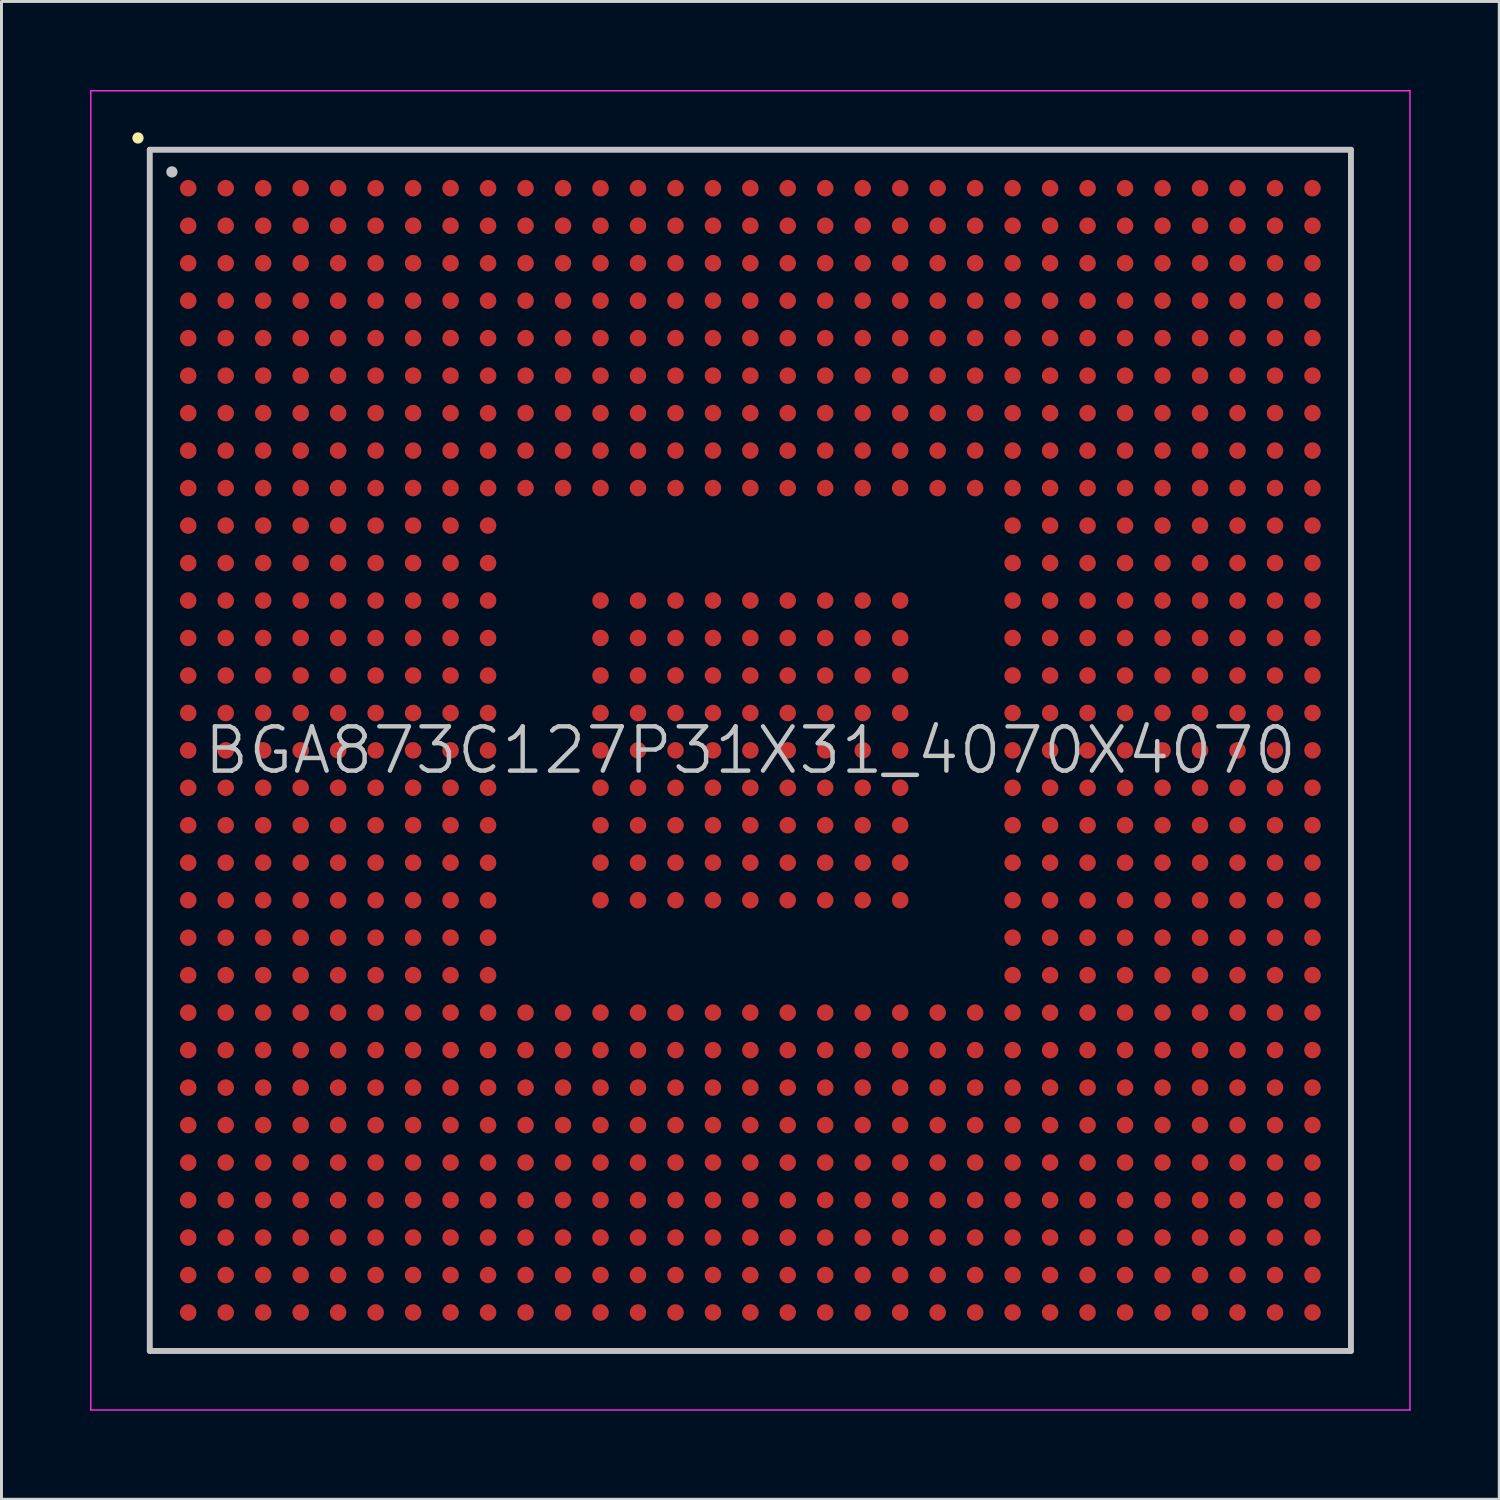
<source format=kicad_pcb>
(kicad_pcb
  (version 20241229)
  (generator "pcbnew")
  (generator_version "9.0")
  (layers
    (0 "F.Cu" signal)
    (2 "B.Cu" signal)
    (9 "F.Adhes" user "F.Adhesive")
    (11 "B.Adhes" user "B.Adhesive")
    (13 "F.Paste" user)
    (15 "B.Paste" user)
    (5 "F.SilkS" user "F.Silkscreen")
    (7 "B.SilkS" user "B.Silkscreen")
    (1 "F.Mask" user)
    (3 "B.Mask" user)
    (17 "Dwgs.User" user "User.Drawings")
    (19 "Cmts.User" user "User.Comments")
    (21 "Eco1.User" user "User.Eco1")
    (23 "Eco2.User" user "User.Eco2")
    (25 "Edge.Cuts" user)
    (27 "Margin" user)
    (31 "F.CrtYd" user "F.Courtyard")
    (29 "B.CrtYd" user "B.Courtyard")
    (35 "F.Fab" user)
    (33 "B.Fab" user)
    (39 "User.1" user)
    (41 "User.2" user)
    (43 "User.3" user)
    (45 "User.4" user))
  (footprint "BGA873C127P31X31_4070X4070"
    (layer "F.Cu")
    (at 22.375 22.375)
    (property "Reference" "BGA873C127P31X31_4070X4070" (at 0 0 0) (layer "Dwgs.User") (effects (font (size 1.5 1.5) (thickness 0.15))))
    (attr smd)
    (fp_line (start -20.75 -20.75) (end -20.75 -20.75) (stroke (width 0.381) (type solid)) (layer "F.SilkS"))
    (fp_line (start -20.35 -20.35) (end -20.35 20.35) (stroke (width 0.2) (type solid)) (layer "Dwgs.User"))
    (fp_line (start -20.35 -20.35) (end 20.35 -20.35) (stroke (width 0.2) (type solid)) (layer "Dwgs.User"))
    (fp_line (start -20.35 20.35) (end 20.35 20.35) (stroke (width 0.2) (type solid)) (layer "Dwgs.User"))
    (fp_line (start -19.6 -19.6) (end -19.6 -19.6) (stroke (width 0.381) (type solid)) (layer "Dwgs.User"))
    (fp_line (start 20.35 -20.35) (end 20.35 20.35) (stroke (width 0.2) (type solid)) (layer "Dwgs.User"))
    (fp_line (start -22.35 -22.35) (end -22.35 22.35) (stroke (width 0.05) (type solid)) (layer "F.CrtYd"))
    (fp_line (start -22.35 -22.35) (end 22.35 -22.35) (stroke (width 0.05) (type solid)) (layer "F.CrtYd"))
    (fp_line (start -22.35 22.35) (end 22.35 22.35) (stroke (width 0.05) (type solid)) (layer "F.CrtYd"))
    (fp_line (start 22.35 -22.35) (end 22.35 22.35) (stroke (width 0.05) (type solid)) (layer "F.CrtYd"))
    (pad "A1" smd circle (at -19.047 -19.047 270) (size 0.56 0.56) (layers "F.Cu" "F.Mask" "F.Paste"))
    (pad "A2" smd circle (at -17.777 -19.047 270) (size 0.56 0.56) (layers "F.Cu" "F.Mask" "F.Paste"))
    (pad "A3" smd circle (at -16.507 -19.047 270) (size 0.56 0.56) (layers "F.Cu" "F.Mask" "F.Paste"))
    (pad "A4" smd circle (at -15.237 -19.047 270) (size 0.56 0.56) (layers "F.Cu" "F.Mask" "F.Paste"))
    (pad "A5" smd circle (at -13.967 -19.047 270) (size 0.56 0.56) (layers "F.Cu" "F.Mask" "F.Paste"))
    (pad "A6" smd circle (at -12.697 -19.047 270) (size 0.56 0.56) (layers "F.Cu" "F.Mask" "F.Paste"))
    (pad "A7" smd circle (at -11.427 -19.047 270) (size 0.56 0.56) (layers "F.Cu" "F.Mask" "F.Paste"))
    (pad "A8" smd circle (at -10.157 -19.047 270) (size 0.56 0.56) (layers "F.Cu" "F.Mask" "F.Paste"))
    (pad "A9" smd circle (at -8.887 -19.047 270) (size 0.56 0.56) (layers "F.Cu" "F.Mask" "F.Paste"))
    (pad "A10" smd circle (at -7.617 -19.047 270) (size 0.56 0.56) (layers "F.Cu" "F.Mask" "F.Paste"))
    (pad "A11" smd circle (at -6.347 -19.047 270) (size 0.56 0.56) (layers "F.Cu" "F.Mask" "F.Paste"))
    (pad "A12" smd circle (at -5.077 -19.047 270) (size 0.56 0.56) (layers "F.Cu" "F.Mask" "F.Paste"))
    (pad "A13" smd circle (at -3.807 -19.047 270) (size 0.56 0.56) (layers "F.Cu" "F.Mask" "F.Paste"))
    (pad "A14" smd circle (at -2.537 -19.047 270) (size 0.56 0.56) (layers "F.Cu" "F.Mask" "F.Paste"))
    (pad "A15" smd circle (at -1.267 -19.047 270) (size 0.56 0.56) (layers "F.Cu" "F.Mask" "F.Paste"))
    (pad "A16" smd circle (at 0 -19.047 270) (size 0.56 0.56) (layers "F.Cu" "F.Mask" "F.Paste"))
    (pad "A17" smd circle (at 1.267 -19.047 270) (size 0.56 0.56) (layers "F.Cu" "F.Mask" "F.Paste"))
    (pad "A18" smd circle (at 2.537 -19.047 270) (size 0.56 0.56) (layers "F.Cu" "F.Mask" "F.Paste"))
    (pad "A19" smd circle (at 3.807 -19.047 270) (size 0.56 0.56) (layers "F.Cu" "F.Mask" "F.Paste"))
    (pad "A20" smd circle (at 5.077 -19.047 270) (size 0.56 0.56) (layers "F.Cu" "F.Mask" "F.Paste"))
    (pad "A21" smd circle (at 6.347 -19.047 270) (size 0.56 0.56) (layers "F.Cu" "F.Mask" "F.Paste"))
    (pad "A22" smd circle (at 7.617 -19.047 270) (size 0.56 0.56) (layers "F.Cu" "F.Mask" "F.Paste"))
    (pad "A23" smd circle (at 8.887 -19.047 270) (size 0.56 0.56) (layers "F.Cu" "F.Mask" "F.Paste"))
    (pad "A24" smd circle (at 10.157 -19.047 270) (size 0.56 0.56) (layers "F.Cu" "F.Mask" "F.Paste"))
    (pad "A25" smd circle (at 11.427 -19.047 270) (size 0.56 0.56) (layers "F.Cu" "F.Mask" "F.Paste"))
    (pad "A26" smd circle (at 12.697 -19.047 270) (size 0.56 0.56) (layers "F.Cu" "F.Mask" "F.Paste"))
    (pad "A27" smd circle (at 13.967 -19.047 270) (size 0.56 0.56) (layers "F.Cu" "F.Mask" "F.Paste"))
    (pad "A28" smd circle (at 15.237 -19.047 270) (size 0.56 0.56) (layers "F.Cu" "F.Mask" "F.Paste"))
    (pad "A29" smd circle (at 16.507 -19.047 270) (size 0.56 0.56) (layers "F.Cu" "F.Mask" "F.Paste"))
    (pad "A30" smd circle (at 17.777 -19.047 270) (size 0.56 0.56) (layers "F.Cu" "F.Mask" "F.Paste"))
    (pad "A31" smd circle (at 19.047 -19.047 270) (size 0.56 0.56) (layers "F.Cu" "F.Mask" "F.Paste"))
    (pad "AA1" smd circle (at -19.047 6.347 270) (size 0.56 0.56) (layers "F.Cu" "F.Mask" "F.Paste"))
    (pad "AA2" smd circle (at -17.777 6.347 270) (size 0.56 0.56) (layers "F.Cu" "F.Mask" "F.Paste"))
    (pad "AA3" smd circle (at -16.507 6.347 270) (size 0.56 0.56) (layers "F.Cu" "F.Mask" "F.Paste"))
    (pad "AA4" smd circle (at -15.237 6.347 270) (size 0.56 0.56) (layers "F.Cu" "F.Mask" "F.Paste"))
    (pad "AA5" smd circle (at -13.967 6.347 270) (size 0.56 0.56) (layers "F.Cu" "F.Mask" "F.Paste"))
    (pad "AA6" smd circle (at -12.697 6.347 270) (size 0.56 0.56) (layers "F.Cu" "F.Mask" "F.Paste"))
    (pad "AA7" smd circle (at -11.427 6.347 270) (size 0.56 0.56) (layers "F.Cu" "F.Mask" "F.Paste"))
    (pad "AA8" smd circle (at -10.157 6.347 270) (size 0.56 0.56) (layers "F.Cu" "F.Mask" "F.Paste"))
    (pad "AA9" smd circle (at -8.887 6.347 270) (size 0.56 0.56) (layers "F.Cu" "F.Mask" "F.Paste"))
    (pad "AA23" smd circle (at 8.887 6.347 270) (size 0.56 0.56) (layers "F.Cu" "F.Mask" "F.Paste"))
    (pad "AA24" smd circle (at 10.157 6.347 270) (size 0.56 0.56) (layers "F.Cu" "F.Mask" "F.Paste"))
    (pad "AA25" smd circle (at 11.427 6.347 270) (size 0.56 0.56) (layers "F.Cu" "F.Mask" "F.Paste"))
    (pad "AA26" smd circle (at 12.697 6.347 270) (size 0.56 0.56) (layers "F.Cu" "F.Mask" "F.Paste"))
    (pad "AA27" smd circle (at 13.967 6.347 270) (size 0.56 0.56) (layers "F.Cu" "F.Mask" "F.Paste"))
    (pad "AA28" smd circle (at 15.237 6.347 270) (size 0.56 0.56) (layers "F.Cu" "F.Mask" "F.Paste"))
    (pad "AA29" smd circle (at 16.507 6.347 270) (size 0.56 0.56) (layers "F.Cu" "F.Mask" "F.Paste"))
    (pad "AA30" smd circle (at 17.777 6.347 270) (size 0.56 0.56) (layers "F.Cu" "F.Mask" "F.Paste"))
    (pad "AA31" smd circle (at 19.047 6.347 270) (size 0.56 0.56) (layers "F.Cu" "F.Mask" "F.Paste"))
    (pad "AB1" smd circle (at -19.047 7.617 270) (size 0.56 0.56) (layers "F.Cu" "F.Mask" "F.Paste"))
    (pad "AB2" smd circle (at -17.777 7.617 270) (size 0.56 0.56) (layers "F.Cu" "F.Mask" "F.Paste"))
    (pad "AB3" smd circle (at -16.507 7.617 270) (size 0.56 0.56) (layers "F.Cu" "F.Mask" "F.Paste"))
    (pad "AB4" smd circle (at -15.237 7.617 270) (size 0.56 0.56) (layers "F.Cu" "F.Mask" "F.Paste"))
    (pad "AB5" smd circle (at -13.967 7.617 270) (size 0.56 0.56) (layers "F.Cu" "F.Mask" "F.Paste"))
    (pad "AB6" smd circle (at -12.697 7.617 270) (size 0.56 0.56) (layers "F.Cu" "F.Mask" "F.Paste"))
    (pad "AB7" smd circle (at -11.427 7.617 270) (size 0.56 0.56) (layers "F.Cu" "F.Mask" "F.Paste"))
    (pad "AB8" smd circle (at -10.157 7.617 270) (size 0.56 0.56) (layers "F.Cu" "F.Mask" "F.Paste"))
    (pad "AB9" smd circle (at -8.887 7.617 270) (size 0.56 0.56) (layers "F.Cu" "F.Mask" "F.Paste"))
    (pad "AB23" smd circle (at 8.887 7.617 270) (size 0.56 0.56) (layers "F.Cu" "F.Mask" "F.Paste"))
    (pad "AB24" smd circle (at 10.157 7.617 270) (size 0.56 0.56) (layers "F.Cu" "F.Mask" "F.Paste"))
    (pad "AB25" smd circle (at 11.427 7.617 270) (size 0.56 0.56) (layers "F.Cu" "F.Mask" "F.Paste"))
    (pad "AB26" smd circle (at 12.697 7.617 270) (size 0.56 0.56) (layers "F.Cu" "F.Mask" "F.Paste"))
    (pad "AB27" smd circle (at 13.967 7.617 270) (size 0.56 0.56) (layers "F.Cu" "F.Mask" "F.Paste"))
    (pad "AB28" smd circle (at 15.237 7.617 270) (size 0.56 0.56) (layers "F.Cu" "F.Mask" "F.Paste"))
    (pad "AB29" smd circle (at 16.507 7.617 270) (size 0.56 0.56) (layers "F.Cu" "F.Mask" "F.Paste"))
    (pad "AB30" smd circle (at 17.777 7.617 270) (size 0.56 0.56) (layers "F.Cu" "F.Mask" "F.Paste"))
    (pad "AB31" smd circle (at 19.047 7.617 270) (size 0.56 0.56) (layers "F.Cu" "F.Mask" "F.Paste"))
    (pad "AC1" smd circle (at -19.047 8.887 270) (size 0.56 0.56) (layers "F.Cu" "F.Mask" "F.Paste"))
    (pad "AC2" smd circle (at -17.777 8.887 270) (size 0.56 0.56) (layers "F.Cu" "F.Mask" "F.Paste"))
    (pad "AC3" smd circle (at -16.507 8.887 270) (size 0.56 0.56) (layers "F.Cu" "F.Mask" "F.Paste"))
    (pad "AC4" smd circle (at -15.237 8.887 270) (size 0.56 0.56) (layers "F.Cu" "F.Mask" "F.Paste"))
    (pad "AC5" smd circle (at -13.967 8.887 270) (size 0.56 0.56) (layers "F.Cu" "F.Mask" "F.Paste"))
    (pad "AC6" smd circle (at -12.697 8.887 270) (size 0.56 0.56) (layers "F.Cu" "F.Mask" "F.Paste"))
    (pad "AC7" smd circle (at -11.427 8.887 270) (size 0.56 0.56) (layers "F.Cu" "F.Mask" "F.Paste"))
    (pad "AC8" smd circle (at -10.157 8.887 270) (size 0.56 0.56) (layers "F.Cu" "F.Mask" "F.Paste"))
    (pad "AC9" smd circle (at -8.887 8.887 270) (size 0.56 0.56) (layers "F.Cu" "F.Mask" "F.Paste"))
    (pad "AC10" smd circle (at -7.617 8.887 270) (size 0.56 0.56) (layers "F.Cu" "F.Mask" "F.Paste"))
    (pad "AC11" smd circle (at -6.347 8.887 270) (size 0.56 0.56) (layers "F.Cu" "F.Mask" "F.Paste"))
    (pad "AC12" smd circle (at -5.077 8.887 270) (size 0.56 0.56) (layers "F.Cu" "F.Mask" "F.Paste"))
    (pad "AC13" smd circle (at -3.807 8.887 270) (size 0.56 0.56) (layers "F.Cu" "F.Mask" "F.Paste"))
    (pad "AC14" smd circle (at -2.537 8.887 270) (size 0.56 0.56) (layers "F.Cu" "F.Mask" "F.Paste"))
    (pad "AC15" smd circle (at -1.267 8.887 270) (size 0.56 0.56) (layers "F.Cu" "F.Mask" "F.Paste"))
    (pad "AC16" smd circle (at 0 8.887 270) (size 0.56 0.56) (layers "F.Cu" "F.Mask" "F.Paste"))
    (pad "AC17" smd circle (at 1.267 8.887 270) (size 0.56 0.56) (layers "F.Cu" "F.Mask" "F.Paste"))
    (pad "AC18" smd circle (at 2.537 8.887 270) (size 0.56 0.56) (layers "F.Cu" "F.Mask" "F.Paste"))
    (pad "AC19" smd circle (at 3.807 8.887 270) (size 0.56 0.56) (layers "F.Cu" "F.Mask" "F.Paste"))
    (pad "AC20" smd circle (at 5.077 8.887 270) (size 0.56 0.56) (layers "F.Cu" "F.Mask" "F.Paste"))
    (pad "AC21" smd circle (at 6.347 8.887 270) (size 0.56 0.56) (layers "F.Cu" "F.Mask" "F.Paste"))
    (pad "AC22" smd circle (at 7.617 8.887 270) (size 0.56 0.56) (layers "F.Cu" "F.Mask" "F.Paste"))
    (pad "AC23" smd circle (at 8.887 8.887 270) (size 0.56 0.56) (layers "F.Cu" "F.Mask" "F.Paste"))
    (pad "AC24" smd circle (at 10.157 8.887 270) (size 0.56 0.56) (layers "F.Cu" "F.Mask" "F.Paste"))
    (pad "AC25" smd circle (at 11.427 8.887 270) (size 0.56 0.56) (layers "F.Cu" "F.Mask" "F.Paste"))
    (pad "AC26" smd circle (at 12.697 8.887 270) (size 0.56 0.56) (layers "F.Cu" "F.Mask" "F.Paste"))
    (pad "AC27" smd circle (at 13.967 8.887 270) (size 0.56 0.56) (layers "F.Cu" "F.Mask" "F.Paste"))
    (pad "AC28" smd circle (at 15.237 8.887 270) (size 0.56 0.56) (layers "F.Cu" "F.Mask" "F.Paste"))
    (pad "AC29" smd circle (at 16.507 8.887 270) (size 0.56 0.56) (layers "F.Cu" "F.Mask" "F.Paste"))
    (pad "AC30" smd circle (at 17.777 8.887 270) (size 0.56 0.56) (layers "F.Cu" "F.Mask" "F.Paste"))
    (pad "AC31" smd circle (at 19.047 8.887 270) (size 0.56 0.56) (layers "F.Cu" "F.Mask" "F.Paste"))
    (pad "AD1" smd circle (at -19.047 10.157 270) (size 0.56 0.56) (layers "F.Cu" "F.Mask" "F.Paste"))
    (pad "AD2" smd circle (at -17.777 10.157 270) (size 0.56 0.56) (layers "F.Cu" "F.Mask" "F.Paste"))
    (pad "AD3" smd circle (at -16.507 10.157 270) (size 0.56 0.56) (layers "F.Cu" "F.Mask" "F.Paste"))
    (pad "AD4" smd circle (at -15.237 10.157 270) (size 0.56 0.56) (layers "F.Cu" "F.Mask" "F.Paste"))
    (pad "AD5" smd circle (at -13.967 10.157 270) (size 0.56 0.56) (layers "F.Cu" "F.Mask" "F.Paste"))
    (pad "AD6" smd circle (at -12.697 10.157 270) (size 0.56 0.56) (layers "F.Cu" "F.Mask" "F.Paste"))
    (pad "AD7" smd circle (at -11.427 10.157 270) (size 0.56 0.56) (layers "F.Cu" "F.Mask" "F.Paste"))
    (pad "AD8" smd circle (at -10.157 10.157 270) (size 0.56 0.56) (layers "F.Cu" "F.Mask" "F.Paste"))
    (pad "AD9" smd circle (at -8.887 10.157 270) (size 0.56 0.56) (layers "F.Cu" "F.Mask" "F.Paste"))
    (pad "AD10" smd circle (at -7.617 10.157 270) (size 0.56 0.56) (layers "F.Cu" "F.Mask" "F.Paste"))
    (pad "AD11" smd circle (at -6.347 10.157 270) (size 0.56 0.56) (layers "F.Cu" "F.Mask" "F.Paste"))
    (pad "AD12" smd circle (at -5.077 10.157 270) (size 0.56 0.56) (layers "F.Cu" "F.Mask" "F.Paste"))
    (pad "AD13" smd circle (at -3.807 10.157 270) (size 0.56 0.56) (layers "F.Cu" "F.Mask" "F.Paste"))
    (pad "AD14" smd circle (at -2.537 10.157 270) (size 0.56 0.56) (layers "F.Cu" "F.Mask" "F.Paste"))
    (pad "AD15" smd circle (at -1.267 10.157 270) (size 0.56 0.56) (layers "F.Cu" "F.Mask" "F.Paste"))
    (pad "AD16" smd circle (at 0 10.157 270) (size 0.56 0.56) (layers "F.Cu" "F.Mask" "F.Paste"))
    (pad "AD17" smd circle (at 1.267 10.157 270) (size 0.56 0.56) (layers "F.Cu" "F.Mask" "F.Paste"))
    (pad "AD18" smd circle (at 2.537 10.157 270) (size 0.56 0.56) (layers "F.Cu" "F.Mask" "F.Paste"))
    (pad "AD19" smd circle (at 3.807 10.157 270) (size 0.56 0.56) (layers "F.Cu" "F.Mask" "F.Paste"))
    (pad "AD20" smd circle (at 5.077 10.157 270) (size 0.56 0.56) (layers "F.Cu" "F.Mask" "F.Paste"))
    (pad "AD21" smd circle (at 6.347 10.157 270) (size 0.56 0.56) (layers "F.Cu" "F.Mask" "F.Paste"))
    (pad "AD22" smd circle (at 7.617 10.157 270) (size 0.56 0.56) (layers "F.Cu" "F.Mask" "F.Paste"))
    (pad "AD23" smd circle (at 8.887 10.157 270) (size 0.56 0.56) (layers "F.Cu" "F.Mask" "F.Paste"))
    (pad "AD24" smd circle (at 10.157 10.157 270) (size 0.56 0.56) (layers "F.Cu" "F.Mask" "F.Paste"))
    (pad "AD25" smd circle (at 11.427 10.157 270) (size 0.56 0.56) (layers "F.Cu" "F.Mask" "F.Paste"))
    (pad "AD26" smd circle (at 12.697 10.157 270) (size 0.56 0.56) (layers "F.Cu" "F.Mask" "F.Paste"))
    (pad "AD27" smd circle (at 13.967 10.157 270) (size 0.56 0.56) (layers "F.Cu" "F.Mask" "F.Paste"))
    (pad "AD28" smd circle (at 15.237 10.157 270) (size 0.56 0.56) (layers "F.Cu" "F.Mask" "F.Paste"))
    (pad "AD29" smd circle (at 16.507 10.157 270) (size 0.56 0.56) (layers "F.Cu" "F.Mask" "F.Paste"))
    (pad "AD30" smd circle (at 17.777 10.157 270) (size 0.56 0.56) (layers "F.Cu" "F.Mask" "F.Paste"))
    (pad "AD31" smd circle (at 19.047 10.157 270) (size 0.56 0.56) (layers "F.Cu" "F.Mask" "F.Paste"))
    (pad "AE1" smd circle (at -19.047 11.427 270) (size 0.56 0.56) (layers "F.Cu" "F.Mask" "F.Paste"))
    (pad "AE2" smd circle (at -17.777 11.427 270) (size 0.56 0.56) (layers "F.Cu" "F.Mask" "F.Paste"))
    (pad "AE3" smd circle (at -16.507 11.427 270) (size 0.56 0.56) (layers "F.Cu" "F.Mask" "F.Paste"))
    (pad "AE4" smd circle (at -15.237 11.427 270) (size 0.56 0.56) (layers "F.Cu" "F.Mask" "F.Paste"))
    (pad "AE5" smd circle (at -13.967 11.427 270) (size 0.56 0.56) (layers "F.Cu" "F.Mask" "F.Paste"))
    (pad "AE6" smd circle (at -12.697 11.427 270) (size 0.56 0.56) (layers "F.Cu" "F.Mask" "F.Paste"))
    (pad "AE7" smd circle (at -11.427 11.427 270) (size 0.56 0.56) (layers "F.Cu" "F.Mask" "F.Paste"))
    (pad "AE8" smd circle (at -10.157 11.427 270) (size 0.56 0.56) (layers "F.Cu" "F.Mask" "F.Paste"))
    (pad "AE9" smd circle (at -8.887 11.427 270) (size 0.56 0.56) (layers "F.Cu" "F.Mask" "F.Paste"))
    (pad "AE10" smd circle (at -7.617 11.427 270) (size 0.56 0.56) (layers "F.Cu" "F.Mask" "F.Paste"))
    (pad "AE11" smd circle (at -6.347 11.427 270) (size 0.56 0.56) (layers "F.Cu" "F.Mask" "F.Paste"))
    (pad "AE12" smd circle (at -5.077 11.427 270) (size 0.56 0.56) (layers "F.Cu" "F.Mask" "F.Paste"))
    (pad "AE13" smd circle (at -3.807 11.427 270) (size 0.56 0.56) (layers "F.Cu" "F.Mask" "F.Paste"))
    (pad "AE14" smd circle (at -2.537 11.427 270) (size 0.56 0.56) (layers "F.Cu" "F.Mask" "F.Paste"))
    (pad "AE15" smd circle (at -1.267 11.427 270) (size 0.56 0.56) (layers "F.Cu" "F.Mask" "F.Paste"))
    (pad "AE16" smd circle (at 0 11.427 270) (size 0.56 0.56) (layers "F.Cu" "F.Mask" "F.Paste"))
    (pad "AE17" smd circle (at 1.267 11.427 270) (size 0.56 0.56) (layers "F.Cu" "F.Mask" "F.Paste"))
    (pad "AE18" smd circle (at 2.537 11.427 270) (size 0.56 0.56) (layers "F.Cu" "F.Mask" "F.Paste"))
    (pad "AE19" smd circle (at 3.807 11.427 270) (size 0.56 0.56) (layers "F.Cu" "F.Mask" "F.Paste"))
    (pad "AE20" smd circle (at 5.077 11.427 270) (size 0.56 0.56) (layers "F.Cu" "F.Mask" "F.Paste"))
    (pad "AE21" smd circle (at 6.347 11.427 270) (size 0.56 0.56) (layers "F.Cu" "F.Mask" "F.Paste"))
    (pad "AE22" smd circle (at 7.617 11.427 270) (size 0.56 0.56) (layers "F.Cu" "F.Mask" "F.Paste"))
    (pad "AE23" smd circle (at 8.887 11.427 270) (size 0.56 0.56) (layers "F.Cu" "F.Mask" "F.Paste"))
    (pad "AE24" smd circle (at 10.157 11.427 270) (size 0.56 0.56) (layers "F.Cu" "F.Mask" "F.Paste"))
    (pad "AE25" smd circle (at 11.427 11.427 270) (size 0.56 0.56) (layers "F.Cu" "F.Mask" "F.Paste"))
    (pad "AE26" smd circle (at 12.697 11.427 270) (size 0.56 0.56) (layers "F.Cu" "F.Mask" "F.Paste"))
    (pad "AE27" smd circle (at 13.967 11.427 270) (size 0.56 0.56) (layers "F.Cu" "F.Mask" "F.Paste"))
    (pad "AE28" smd circle (at 15.237 11.427 270) (size 0.56 0.56) (layers "F.Cu" "F.Mask" "F.Paste"))
    (pad "AE29" smd circle (at 16.507 11.427 270) (size 0.56 0.56) (layers "F.Cu" "F.Mask" "F.Paste"))
    (pad "AE30" smd circle (at 17.777 11.427 270) (size 0.56 0.56) (layers "F.Cu" "F.Mask" "F.Paste"))
    (pad "AE31" smd circle (at 19.047 11.427 270) (size 0.56 0.56) (layers "F.Cu" "F.Mask" "F.Paste"))
    (pad "AF1" smd circle (at -19.047 12.697 270) (size 0.56 0.56) (layers "F.Cu" "F.Mask" "F.Paste"))
    (pad "AF2" smd circle (at -17.777 12.697 270) (size 0.56 0.56) (layers "F.Cu" "F.Mask" "F.Paste"))
    (pad "AF3" smd circle (at -16.507 12.697 270) (size 0.56 0.56) (layers "F.Cu" "F.Mask" "F.Paste"))
    (pad "AF4" smd circle (at -15.237 12.697 270) (size 0.56 0.56) (layers "F.Cu" "F.Mask" "F.Paste"))
    (pad "AF5" smd circle (at -13.967 12.697 270) (size 0.56 0.56) (layers "F.Cu" "F.Mask" "F.Paste"))
    (pad "AF6" smd circle (at -12.697 12.697 270) (size 0.56 0.56) (layers "F.Cu" "F.Mask" "F.Paste"))
    (pad "AF7" smd circle (at -11.427 12.697 270) (size 0.56 0.56) (layers "F.Cu" "F.Mask" "F.Paste"))
    (pad "AF8" smd circle (at -10.157 12.697 270) (size 0.56 0.56) (layers "F.Cu" "F.Mask" "F.Paste"))
    (pad "AF9" smd circle (at -8.887 12.697 270) (size 0.56 0.56) (layers "F.Cu" "F.Mask" "F.Paste"))
    (pad "AF10" smd circle (at -7.617 12.697 270) (size 0.56 0.56) (layers "F.Cu" "F.Mask" "F.Paste"))
    (pad "AF11" smd circle (at -6.347 12.697 270) (size 0.56 0.56) (layers "F.Cu" "F.Mask" "F.Paste"))
    (pad "AF12" smd circle (at -5.077 12.697 270) (size 0.56 0.56) (layers "F.Cu" "F.Mask" "F.Paste"))
    (pad "AF13" smd circle (at -3.807 12.697 270) (size 0.56 0.56) (layers "F.Cu" "F.Mask" "F.Paste"))
    (pad "AF14" smd circle (at -2.537 12.697 270) (size 0.56 0.56) (layers "F.Cu" "F.Mask" "F.Paste"))
    (pad "AF15" smd circle (at -1.267 12.697 270) (size 0.56 0.56) (layers "F.Cu" "F.Mask" "F.Paste"))
    (pad "AF16" smd circle (at 0 12.697 270) (size 0.56 0.56) (layers "F.Cu" "F.Mask" "F.Paste"))
    (pad "AF17" smd circle (at 1.267 12.697 270) (size 0.56 0.56) (layers "F.Cu" "F.Mask" "F.Paste"))
    (pad "AF18" smd circle (at 2.537 12.697 270) (size 0.56 0.56) (layers "F.Cu" "F.Mask" "F.Paste"))
    (pad "AF19" smd circle (at 3.807 12.697 270) (size 0.56 0.56) (layers "F.Cu" "F.Mask" "F.Paste"))
    (pad "AF20" smd circle (at 5.077 12.697 270) (size 0.56 0.56) (layers "F.Cu" "F.Mask" "F.Paste"))
    (pad "AF21" smd circle (at 6.347 12.697 270) (size 0.56 0.56) (layers "F.Cu" "F.Mask" "F.Paste"))
    (pad "AF22" smd circle (at 7.617 12.697 270) (size 0.56 0.56) (layers "F.Cu" "F.Mask" "F.Paste"))
    (pad "AF23" smd circle (at 8.887 12.697 270) (size 0.56 0.56) (layers "F.Cu" "F.Mask" "F.Paste"))
    (pad "AF24" smd circle (at 10.157 12.697 270) (size 0.56 0.56) (layers "F.Cu" "F.Mask" "F.Paste"))
    (pad "AF25" smd circle (at 11.427 12.697 270) (size 0.56 0.56) (layers "F.Cu" "F.Mask" "F.Paste"))
    (pad "AF26" smd circle (at 12.697 12.697 270) (size 0.56 0.56) (layers "F.Cu" "F.Mask" "F.Paste"))
    (pad "AF27" smd circle (at 13.967 12.697 270) (size 0.56 0.56) (layers "F.Cu" "F.Mask" "F.Paste"))
    (pad "AF28" smd circle (at 15.237 12.697 270) (size 0.56 0.56) (layers "F.Cu" "F.Mask" "F.Paste"))
    (pad "AF29" smd circle (at 16.507 12.697 270) (size 0.56 0.56) (layers "F.Cu" "F.Mask" "F.Paste"))
    (pad "AF30" smd circle (at 17.777 12.697 270) (size 0.56 0.56) (layers "F.Cu" "F.Mask" "F.Paste"))
    (pad "AF31" smd circle (at 19.047 12.697 270) (size 0.56 0.56) (layers "F.Cu" "F.Mask" "F.Paste"))
    (pad "AG1" smd circle (at -19.047 13.967 270) (size 0.56 0.56) (layers "F.Cu" "F.Mask" "F.Paste"))
    (pad "AG2" smd circle (at -17.777 13.967 270) (size 0.56 0.56) (layers "F.Cu" "F.Mask" "F.Paste"))
    (pad "AG3" smd circle (at -16.507 13.967 270) (size 0.56 0.56) (layers "F.Cu" "F.Mask" "F.Paste"))
    (pad "AG4" smd circle (at -15.237 13.967 270) (size 0.56 0.56) (layers "F.Cu" "F.Mask" "F.Paste"))
    (pad "AG5" smd circle (at -13.967 13.967 270) (size 0.56 0.56) (layers "F.Cu" "F.Mask" "F.Paste"))
    (pad "AG6" smd circle (at -12.697 13.967 270) (size 0.56 0.56) (layers "F.Cu" "F.Mask" "F.Paste"))
    (pad "AG7" smd circle (at -11.427 13.967 270) (size 0.56 0.56) (layers "F.Cu" "F.Mask" "F.Paste"))
    (pad "AG8" smd circle (at -10.157 13.967 270) (size 0.56 0.56) (layers "F.Cu" "F.Mask" "F.Paste"))
    (pad "AG9" smd circle (at -8.887 13.967 270) (size 0.56 0.56) (layers "F.Cu" "F.Mask" "F.Paste"))
    (pad "AG10" smd circle (at -7.617 13.967 270) (size 0.56 0.56) (layers "F.Cu" "F.Mask" "F.Paste"))
    (pad "AG11" smd circle (at -6.347 13.967 270) (size 0.56 0.56) (layers "F.Cu" "F.Mask" "F.Paste"))
    (pad "AG12" smd circle (at -5.077 13.967 270) (size 0.56 0.56) (layers "F.Cu" "F.Mask" "F.Paste"))
    (pad "AG13" smd circle (at -3.807 13.967 270) (size 0.56 0.56) (layers "F.Cu" "F.Mask" "F.Paste"))
    (pad "AG14" smd circle (at -2.537 13.967 270) (size 0.56 0.56) (layers "F.Cu" "F.Mask" "F.Paste"))
    (pad "AG15" smd circle (at -1.267 13.967 270) (size 0.56 0.56) (layers "F.Cu" "F.Mask" "F.Paste"))
    (pad "AG16" smd circle (at 0 13.967 270) (size 0.56 0.56) (layers "F.Cu" "F.Mask" "F.Paste"))
    (pad "AG17" smd circle (at 1.267 13.967 270) (size 0.56 0.56) (layers "F.Cu" "F.Mask" "F.Paste"))
    (pad "AG18" smd circle (at 2.537 13.967 270) (size 0.56 0.56) (layers "F.Cu" "F.Mask" "F.Paste"))
    (pad "AG19" smd circle (at 3.807 13.967 270) (size 0.56 0.56) (layers "F.Cu" "F.Mask" "F.Paste"))
    (pad "AG20" smd circle (at 5.077 13.967 270) (size 0.56 0.56) (layers "F.Cu" "F.Mask" "F.Paste"))
    (pad "AG21" smd circle (at 6.347 13.967 270) (size 0.56 0.56) (layers "F.Cu" "F.Mask" "F.Paste"))
    (pad "AG22" smd circle (at 7.617 13.967 270) (size 0.56 0.56) (layers "F.Cu" "F.Mask" "F.Paste"))
    (pad "AG23" smd circle (at 8.887 13.967 270) (size 0.56 0.56) (layers "F.Cu" "F.Mask" "F.Paste"))
    (pad "AG24" smd circle (at 10.157 13.967 270) (size 0.56 0.56) (layers "F.Cu" "F.Mask" "F.Paste"))
    (pad "AG25" smd circle (at 11.427 13.967 270) (size 0.56 0.56) (layers "F.Cu" "F.Mask" "F.Paste"))
    (pad "AG26" smd circle (at 12.697 13.967 270) (size 0.56 0.56) (layers "F.Cu" "F.Mask" "F.Paste"))
    (pad "AG27" smd circle (at 13.967 13.967 270) (size 0.56 0.56) (layers "F.Cu" "F.Mask" "F.Paste"))
    (pad "AG28" smd circle (at 15.237 13.967 270) (size 0.56 0.56) (layers "F.Cu" "F.Mask" "F.Paste"))
    (pad "AG29" smd circle (at 16.507 13.967 270) (size 0.56 0.56) (layers "F.Cu" "F.Mask" "F.Paste"))
    (pad "AG30" smd circle (at 17.777 13.967 270) (size 0.56 0.56) (layers "F.Cu" "F.Mask" "F.Paste"))
    (pad "AG31" smd circle (at 19.047 13.967 270) (size 0.56 0.56) (layers "F.Cu" "F.Mask" "F.Paste"))
    (pad "AH1" smd circle (at -19.047 15.237 270) (size 0.56 0.56) (layers "F.Cu" "F.Mask" "F.Paste"))
    (pad "AH2" smd circle (at -17.777 15.237 270) (size 0.56 0.56) (layers "F.Cu" "F.Mask" "F.Paste"))
    (pad "AH3" smd circle (at -16.507 15.237 270) (size 0.56 0.56) (layers "F.Cu" "F.Mask" "F.Paste"))
    (pad "AH4" smd circle (at -15.237 15.237 270) (size 0.56 0.56) (layers "F.Cu" "F.Mask" "F.Paste"))
    (pad "AH5" smd circle (at -13.967 15.237 270) (size 0.56 0.56) (layers "F.Cu" "F.Mask" "F.Paste"))
    (pad "AH6" smd circle (at -12.697 15.237 270) (size 0.56 0.56) (layers "F.Cu" "F.Mask" "F.Paste"))
    (pad "AH7" smd circle (at -11.427 15.237 270) (size 0.56 0.56) (layers "F.Cu" "F.Mask" "F.Paste"))
    (pad "AH8" smd circle (at -10.157 15.237 270) (size 0.56 0.56) (layers "F.Cu" "F.Mask" "F.Paste"))
    (pad "AH9" smd circle (at -8.887 15.237 270) (size 0.56 0.56) (layers "F.Cu" "F.Mask" "F.Paste"))
    (pad "AH10" smd circle (at -7.617 15.237 270) (size 0.56 0.56) (layers "F.Cu" "F.Mask" "F.Paste"))
    (pad "AH11" smd circle (at -6.347 15.237 270) (size 0.56 0.56) (layers "F.Cu" "F.Mask" "F.Paste"))
    (pad "AH12" smd circle (at -5.077 15.237 270) (size 0.56 0.56) (layers "F.Cu" "F.Mask" "F.Paste"))
    (pad "AH13" smd circle (at -3.807 15.237 270) (size 0.56 0.56) (layers "F.Cu" "F.Mask" "F.Paste"))
    (pad "AH14" smd circle (at -2.537 15.237 270) (size 0.56 0.56) (layers "F.Cu" "F.Mask" "F.Paste"))
    (pad "AH15" smd circle (at -1.267 15.237 270) (size 0.56 0.56) (layers "F.Cu" "F.Mask" "F.Paste"))
    (pad "AH16" smd circle (at 0 15.237 270) (size 0.56 0.56) (layers "F.Cu" "F.Mask" "F.Paste"))
    (pad "AH17" smd circle (at 1.267 15.237 270) (size 0.56 0.56) (layers "F.Cu" "F.Mask" "F.Paste"))
    (pad "AH18" smd circle (at 2.537 15.237 270) (size 0.56 0.56) (layers "F.Cu" "F.Mask" "F.Paste"))
    (pad "AH19" smd circle (at 3.807 15.237 270) (size 0.56 0.56) (layers "F.Cu" "F.Mask" "F.Paste"))
    (pad "AH20" smd circle (at 5.077 15.237 270) (size 0.56 0.56) (layers "F.Cu" "F.Mask" "F.Paste"))
    (pad "AH21" smd circle (at 6.347 15.237 270) (size 0.56 0.56) (layers "F.Cu" "F.Mask" "F.Paste"))
    (pad "AH22" smd circle (at 7.617 15.237 270) (size 0.56 0.56) (layers "F.Cu" "F.Mask" "F.Paste"))
    (pad "AH23" smd circle (at 8.887 15.237 270) (size 0.56 0.56) (layers "F.Cu" "F.Mask" "F.Paste"))
    (pad "AH24" smd circle (at 10.157 15.237 270) (size 0.56 0.56) (layers "F.Cu" "F.Mask" "F.Paste"))
    (pad "AH25" smd circle (at 11.427 15.237 270) (size 0.56 0.56) (layers "F.Cu" "F.Mask" "F.Paste"))
    (pad "AH26" smd circle (at 12.697 15.237 270) (size 0.56 0.56) (layers "F.Cu" "F.Mask" "F.Paste"))
    (pad "AH27" smd circle (at 13.967 15.237 270) (size 0.56 0.56) (layers "F.Cu" "F.Mask" "F.Paste"))
    (pad "AH28" smd circle (at 15.237 15.237 270) (size 0.56 0.56) (layers "F.Cu" "F.Mask" "F.Paste"))
    (pad "AH29" smd circle (at 16.507 15.237 270) (size 0.56 0.56) (layers "F.Cu" "F.Mask" "F.Paste"))
    (pad "AH30" smd circle (at 17.777 15.237 270) (size 0.56 0.56) (layers "F.Cu" "F.Mask" "F.Paste"))
    (pad "AH31" smd circle (at 19.047 15.237 270) (size 0.56 0.56) (layers "F.Cu" "F.Mask" "F.Paste"))
    (pad "AJ1" smd circle (at -19.047 16.507 270) (size 0.56 0.56) (layers "F.Cu" "F.Mask" "F.Paste"))
    (pad "AJ2" smd circle (at -17.777 16.507 270) (size 0.56 0.56) (layers "F.Cu" "F.Mask" "F.Paste"))
    (pad "AJ3" smd circle (at -16.507 16.507 270) (size 0.56 0.56) (layers "F.Cu" "F.Mask" "F.Paste"))
    (pad "AJ4" smd circle (at -15.237 16.507 270) (size 0.56 0.56) (layers "F.Cu" "F.Mask" "F.Paste"))
    (pad "AJ5" smd circle (at -13.967 16.507 270) (size 0.56 0.56) (layers "F.Cu" "F.Mask" "F.Paste"))
    (pad "AJ6" smd circle (at -12.697 16.507 270) (size 0.56 0.56) (layers "F.Cu" "F.Mask" "F.Paste"))
    (pad "AJ7" smd circle (at -11.427 16.507 270) (size 0.56 0.56) (layers "F.Cu" "F.Mask" "F.Paste"))
    (pad "AJ8" smd circle (at -10.157 16.507 270) (size 0.56 0.56) (layers "F.Cu" "F.Mask" "F.Paste"))
    (pad "AJ9" smd circle (at -8.887 16.507 270) (size 0.56 0.56) (layers "F.Cu" "F.Mask" "F.Paste"))
    (pad "AJ10" smd circle (at -7.617 16.507 270) (size 0.56 0.56) (layers "F.Cu" "F.Mask" "F.Paste"))
    (pad "AJ11" smd circle (at -6.347 16.507 270) (size 0.56 0.56) (layers "F.Cu" "F.Mask" "F.Paste"))
    (pad "AJ12" smd circle (at -5.077 16.507 270) (size 0.56 0.56) (layers "F.Cu" "F.Mask" "F.Paste"))
    (pad "AJ13" smd circle (at -3.807 16.507 270) (size 0.56 0.56) (layers "F.Cu" "F.Mask" "F.Paste"))
    (pad "AJ14" smd circle (at -2.537 16.507 270) (size 0.56 0.56) (layers "F.Cu" "F.Mask" "F.Paste"))
    (pad "AJ15" smd circle (at -1.267 16.507 270) (size 0.56 0.56) (layers "F.Cu" "F.Mask" "F.Paste"))
    (pad "AJ16" smd circle (at 0 16.507 270) (size 0.56 0.56) (layers "F.Cu" "F.Mask" "F.Paste"))
    (pad "AJ17" smd circle (at 1.267 16.507 270) (size 0.56 0.56) (layers "F.Cu" "F.Mask" "F.Paste"))
    (pad "AJ18" smd circle (at 2.537 16.507 270) (size 0.56 0.56) (layers "F.Cu" "F.Mask" "F.Paste"))
    (pad "AJ19" smd circle (at 3.807 16.507 270) (size 0.56 0.56) (layers "F.Cu" "F.Mask" "F.Paste"))
    (pad "AJ20" smd circle (at 5.077 16.507 270) (size 0.56 0.56) (layers "F.Cu" "F.Mask" "F.Paste"))
    (pad "AJ21" smd circle (at 6.347 16.507 270) (size 0.56 0.56) (layers "F.Cu" "F.Mask" "F.Paste"))
    (pad "AJ22" smd circle (at 7.617 16.507 270) (size 0.56 0.56) (layers "F.Cu" "F.Mask" "F.Paste"))
    (pad "AJ23" smd circle (at 8.887 16.507 270) (size 0.56 0.56) (layers "F.Cu" "F.Mask" "F.Paste"))
    (pad "AJ24" smd circle (at 10.157 16.507 270) (size 0.56 0.56) (layers "F.Cu" "F.Mask" "F.Paste"))
    (pad "AJ25" smd circle (at 11.427 16.507 270) (size 0.56 0.56) (layers "F.Cu" "F.Mask" "F.Paste"))
    (pad "AJ26" smd circle (at 12.697 16.507 270) (size 0.56 0.56) (layers "F.Cu" "F.Mask" "F.Paste"))
    (pad "AJ27" smd circle (at 13.967 16.507 270) (size 0.56 0.56) (layers "F.Cu" "F.Mask" "F.Paste"))
    (pad "AJ28" smd circle (at 15.237 16.507 270) (size 0.56 0.56) (layers "F.Cu" "F.Mask" "F.Paste"))
    (pad "AJ29" smd circle (at 16.507 16.507 270) (size 0.56 0.56) (layers "F.Cu" "F.Mask" "F.Paste"))
    (pad "AJ30" smd circle (at 17.777 16.507 270) (size 0.56 0.56) (layers "F.Cu" "F.Mask" "F.Paste"))
    (pad "AJ31" smd circle (at 19.047 16.507 270) (size 0.56 0.56) (layers "F.Cu" "F.Mask" "F.Paste"))
    (pad "AK1" smd circle (at -19.047 17.777 270) (size 0.56 0.56) (layers "F.Cu" "F.Mask" "F.Paste"))
    (pad "AK2" smd circle (at -17.777 17.777 270) (size 0.56 0.56) (layers "F.Cu" "F.Mask" "F.Paste"))
    (pad "AK3" smd circle (at -16.507 17.777 270) (size 0.56 0.56) (layers "F.Cu" "F.Mask" "F.Paste"))
    (pad "AK4" smd circle (at -15.237 17.777 270) (size 0.56 0.56) (layers "F.Cu" "F.Mask" "F.Paste"))
    (pad "AK5" smd circle (at -13.967 17.777 270) (size 0.56 0.56) (layers "F.Cu" "F.Mask" "F.Paste"))
    (pad "AK6" smd circle (at -12.697 17.777 270) (size 0.56 0.56) (layers "F.Cu" "F.Mask" "F.Paste"))
    (pad "AK7" smd circle (at -11.427 17.777 270) (size 0.56 0.56) (layers "F.Cu" "F.Mask" "F.Paste"))
    (pad "AK8" smd circle (at -10.157 17.777 270) (size 0.56 0.56) (layers "F.Cu" "F.Mask" "F.Paste"))
    (pad "AK9" smd circle (at -8.887 17.777 270) (size 0.56 0.56) (layers "F.Cu" "F.Mask" "F.Paste"))
    (pad "AK10" smd circle (at -7.617 17.777 270) (size 0.56 0.56) (layers "F.Cu" "F.Mask" "F.Paste"))
    (pad "AK11" smd circle (at -6.347 17.777 270) (size 0.56 0.56) (layers "F.Cu" "F.Mask" "F.Paste"))
    (pad "AK12" smd circle (at -5.077 17.777 270) (size 0.56 0.56) (layers "F.Cu" "F.Mask" "F.Paste"))
    (pad "AK13" smd circle (at -3.807 17.777 270) (size 0.56 0.56) (layers "F.Cu" "F.Mask" "F.Paste"))
    (pad "AK14" smd circle (at -2.537 17.777 270) (size 0.56 0.56) (layers "F.Cu" "F.Mask" "F.Paste"))
    (pad "AK15" smd circle (at -1.267 17.777 270) (size 0.56 0.56) (layers "F.Cu" "F.Mask" "F.Paste"))
    (pad "AK16" smd circle (at 0 17.777 270) (size 0.56 0.56) (layers "F.Cu" "F.Mask" "F.Paste"))
    (pad "AK17" smd circle (at 1.267 17.777 270) (size 0.56 0.56) (layers "F.Cu" "F.Mask" "F.Paste"))
    (pad "AK18" smd circle (at 2.537 17.777 270) (size 0.56 0.56) (layers "F.Cu" "F.Mask" "F.Paste"))
    (pad "AK19" smd circle (at 3.807 17.777 270) (size 0.56 0.56) (layers "F.Cu" "F.Mask" "F.Paste"))
    (pad "AK20" smd circle (at 5.077 17.777 270) (size 0.56 0.56) (layers "F.Cu" "F.Mask" "F.Paste"))
    (pad "AK21" smd circle (at 6.347 17.777 270) (size 0.56 0.56) (layers "F.Cu" "F.Mask" "F.Paste"))
    (pad "AK22" smd circle (at 7.617 17.777 270) (size 0.56 0.56) (layers "F.Cu" "F.Mask" "F.Paste"))
    (pad "AK23" smd circle (at 8.887 17.777 270) (size 0.56 0.56) (layers "F.Cu" "F.Mask" "F.Paste"))
    (pad "AK24" smd circle (at 10.157 17.777 270) (size 0.56 0.56) (layers "F.Cu" "F.Mask" "F.Paste"))
    (pad "AK25" smd circle (at 11.427 17.777 270) (size 0.56 0.56) (layers "F.Cu" "F.Mask" "F.Paste"))
    (pad "AK26" smd circle (at 12.697 17.777 270) (size 0.56 0.56) (layers "F.Cu" "F.Mask" "F.Paste"))
    (pad "AK27" smd circle (at 13.967 17.777 270) (size 0.56 0.56) (layers "F.Cu" "F.Mask" "F.Paste"))
    (pad "AK28" smd circle (at 15.237 17.777 270) (size 0.56 0.56) (layers "F.Cu" "F.Mask" "F.Paste"))
    (pad "AK29" smd circle (at 16.507 17.777 270) (size 0.56 0.56) (layers "F.Cu" "F.Mask" "F.Paste"))
    (pad "AK30" smd circle (at 17.777 17.777 270) (size 0.56 0.56) (layers "F.Cu" "F.Mask" "F.Paste"))
    (pad "AK31" smd circle (at 19.047 17.777 270) (size 0.56 0.56) (layers "F.Cu" "F.Mask" "F.Paste"))
    (pad "AL1" smd circle (at -19.047 19.047 270) (size 0.56 0.56) (layers "F.Cu" "F.Mask" "F.Paste"))
    (pad "AL2" smd circle (at -17.777 19.047 270) (size 0.56 0.56) (layers "F.Cu" "F.Mask" "F.Paste"))
    (pad "AL3" smd circle (at -16.507 19.047 270) (size 0.56 0.56) (layers "F.Cu" "F.Mask" "F.Paste"))
    (pad "AL4" smd circle (at -15.237 19.047 270) (size 0.56 0.56) (layers "F.Cu" "F.Mask" "F.Paste"))
    (pad "AL5" smd circle (at -13.967 19.047 270) (size 0.56 0.56) (layers "F.Cu" "F.Mask" "F.Paste"))
    (pad "AL6" smd circle (at -12.697 19.047 270) (size 0.56 0.56) (layers "F.Cu" "F.Mask" "F.Paste"))
    (pad "AL7" smd circle (at -11.427 19.047 270) (size 0.56 0.56) (layers "F.Cu" "F.Mask" "F.Paste"))
    (pad "AL8" smd circle (at -10.157 19.047 270) (size 0.56 0.56) (layers "F.Cu" "F.Mask" "F.Paste"))
    (pad "AL9" smd circle (at -8.887 19.047 270) (size 0.56 0.56) (layers "F.Cu" "F.Mask" "F.Paste"))
    (pad "AL10" smd circle (at -7.617 19.047 270) (size 0.56 0.56) (layers "F.Cu" "F.Mask" "F.Paste"))
    (pad "AL11" smd circle (at -6.347 19.047 270) (size 0.56 0.56) (layers "F.Cu" "F.Mask" "F.Paste"))
    (pad "AL12" smd circle (at -5.077 19.047 270) (size 0.56 0.56) (layers "F.Cu" "F.Mask" "F.Paste"))
    (pad "AL13" smd circle (at -3.807 19.047 270) (size 0.56 0.56) (layers "F.Cu" "F.Mask" "F.Paste"))
    (pad "AL14" smd circle (at -2.537 19.047 270) (size 0.56 0.56) (layers "F.Cu" "F.Mask" "F.Paste"))
    (pad "AL15" smd circle (at -1.267 19.047 270) (size 0.56 0.56) (layers "F.Cu" "F.Mask" "F.Paste"))
    (pad "AL16" smd circle (at 0 19.047 270) (size 0.56 0.56) (layers "F.Cu" "F.Mask" "F.Paste"))
    (pad "AL17" smd circle (at 1.267 19.047 270) (size 0.56 0.56) (layers "F.Cu" "F.Mask" "F.Paste"))
    (pad "AL18" smd circle (at 2.537 19.047 270) (size 0.56 0.56) (layers "F.Cu" "F.Mask" "F.Paste"))
    (pad "AL19" smd circle (at 3.807 19.047 270) (size 0.56 0.56) (layers "F.Cu" "F.Mask" "F.Paste"))
    (pad "AL20" smd circle (at 5.077 19.047 270) (size 0.56 0.56) (layers "F.Cu" "F.Mask" "F.Paste"))
    (pad "AL21" smd circle (at 6.347 19.047 270) (size 0.56 0.56) (layers "F.Cu" "F.Mask" "F.Paste"))
    (pad "AL22" smd circle (at 7.617 19.047 270) (size 0.56 0.56) (layers "F.Cu" "F.Mask" "F.Paste"))
    (pad "AL23" smd circle (at 8.887 19.047 270) (size 0.56 0.56) (layers "F.Cu" "F.Mask" "F.Paste"))
    (pad "AL24" smd circle (at 10.157 19.047 270) (size 0.56 0.56) (layers "F.Cu" "F.Mask" "F.Paste"))
    (pad "AL25" smd circle (at 11.427 19.047 270) (size 0.56 0.56) (layers "F.Cu" "F.Mask" "F.Paste"))
    (pad "AL26" smd circle (at 12.697 19.047 270) (size 0.56 0.56) (layers "F.Cu" "F.Mask" "F.Paste"))
    (pad "AL27" smd circle (at 13.967 19.047 270) (size 0.56 0.56) (layers "F.Cu" "F.Mask" "F.Paste"))
    (pad "AL28" smd circle (at 15.237 19.047 270) (size 0.56 0.56) (layers "F.Cu" "F.Mask" "F.Paste"))
    (pad "AL29" smd circle (at 16.507 19.047 270) (size 0.56 0.56) (layers "F.Cu" "F.Mask" "F.Paste"))
    (pad "AL30" smd circle (at 17.777 19.047 270) (size 0.56 0.56) (layers "F.Cu" "F.Mask" "F.Paste"))
    (pad "AL31" smd circle (at 19.047 19.047 270) (size 0.56 0.56) (layers "F.Cu" "F.Mask" "F.Paste"))
    (pad "B1" smd circle (at -19.047 -17.777 270) (size 0.56 0.56) (layers "F.Cu" "F.Mask" "F.Paste"))
    (pad "B2" smd circle (at -17.777 -17.777 270) (size 0.56 0.56) (layers "F.Cu" "F.Mask" "F.Paste"))
    (pad "B3" smd circle (at -16.507 -17.777 270) (size 0.56 0.56) (layers "F.Cu" "F.Mask" "F.Paste"))
    (pad "B4" smd circle (at -15.237 -17.777 270) (size 0.56 0.56) (layers "F.Cu" "F.Mask" "F.Paste"))
    (pad "B5" smd circle (at -13.967 -17.777 270) (size 0.56 0.56) (layers "F.Cu" "F.Mask" "F.Paste"))
    (pad "B6" smd circle (at -12.697 -17.777 270) (size 0.56 0.56) (layers "F.Cu" "F.Mask" "F.Paste"))
    (pad "B7" smd circle (at -11.427 -17.777 270) (size 0.56 0.56) (layers "F.Cu" "F.Mask" "F.Paste"))
    (pad "B8" smd circle (at -10.157 -17.777 270) (size 0.56 0.56) (layers "F.Cu" "F.Mask" "F.Paste"))
    (pad "B9" smd circle (at -8.887 -17.777 270) (size 0.56 0.56) (layers "F.Cu" "F.Mask" "F.Paste"))
    (pad "B10" smd circle (at -7.617 -17.777 270) (size 0.56 0.56) (layers "F.Cu" "F.Mask" "F.Paste"))
    (pad "B11" smd circle (at -6.347 -17.777 270) (size 0.56 0.56) (layers "F.Cu" "F.Mask" "F.Paste"))
    (pad "B12" smd circle (at -5.077 -17.777 270) (size 0.56 0.56) (layers "F.Cu" "F.Mask" "F.Paste"))
    (pad "B13" smd circle (at -3.807 -17.777 270) (size 0.56 0.56) (layers "F.Cu" "F.Mask" "F.Paste"))
    (pad "B14" smd circle (at -2.537 -17.777 270) (size 0.56 0.56) (layers "F.Cu" "F.Mask" "F.Paste"))
    (pad "B15" smd circle (at -1.267 -17.777 270) (size 0.56 0.56) (layers "F.Cu" "F.Mask" "F.Paste"))
    (pad "B16" smd circle (at 0 -17.777 270) (size 0.56 0.56) (layers "F.Cu" "F.Mask" "F.Paste"))
    (pad "B17" smd circle (at 1.267 -17.777 270) (size 0.56 0.56) (layers "F.Cu" "F.Mask" "F.Paste"))
    (pad "B18" smd circle (at 2.537 -17.777 270) (size 0.56 0.56) (layers "F.Cu" "F.Mask" "F.Paste"))
    (pad "B19" smd circle (at 3.807 -17.777 270) (size 0.56 0.56) (layers "F.Cu" "F.Mask" "F.Paste"))
    (pad "B20" smd circle (at 5.077 -17.777 270) (size 0.56 0.56) (layers "F.Cu" "F.Mask" "F.Paste"))
    (pad "B21" smd circle (at 6.347 -17.777 270) (size 0.56 0.56) (layers "F.Cu" "F.Mask" "F.Paste"))
    (pad "B22" smd circle (at 7.617 -17.777 270) (size 0.56 0.56) (layers "F.Cu" "F.Mask" "F.Paste"))
    (pad "B23" smd circle (at 8.887 -17.777 270) (size 0.56 0.56) (layers "F.Cu" "F.Mask" "F.Paste"))
    (pad "B24" smd circle (at 10.157 -17.777 270) (size 0.56 0.56) (layers "F.Cu" "F.Mask" "F.Paste"))
    (pad "B25" smd circle (at 11.427 -17.777 270) (size 0.56 0.56) (layers "F.Cu" "F.Mask" "F.Paste"))
    (pad "B26" smd circle (at 12.697 -17.777 270) (size 0.56 0.56) (layers "F.Cu" "F.Mask" "F.Paste"))
    (pad "B27" smd circle (at 13.967 -17.777 270) (size 0.56 0.56) (layers "F.Cu" "F.Mask" "F.Paste"))
    (pad "B28" smd circle (at 15.237 -17.777 270) (size 0.56 0.56) (layers "F.Cu" "F.Mask" "F.Paste"))
    (pad "B29" smd circle (at 16.507 -17.777 270) (size 0.56 0.56) (layers "F.Cu" "F.Mask" "F.Paste"))
    (pad "B30" smd circle (at 17.777 -17.777 270) (size 0.56 0.56) (layers "F.Cu" "F.Mask" "F.Paste"))
    (pad "B31" smd circle (at 19.047 -17.777 270) (size 0.56 0.56) (layers "F.Cu" "F.Mask" "F.Paste"))
    (pad "C1" smd circle (at -19.047 -16.507 270) (size 0.56 0.56) (layers "F.Cu" "F.Mask" "F.Paste"))
    (pad "C2" smd circle (at -17.777 -16.507 270) (size 0.56 0.56) (layers "F.Cu" "F.Mask" "F.Paste"))
    (pad "C3" smd circle (at -16.507 -16.507 270) (size 0.56 0.56) (layers "F.Cu" "F.Mask" "F.Paste"))
    (pad "C4" smd circle (at -15.237 -16.507 270) (size 0.56 0.56) (layers "F.Cu" "F.Mask" "F.Paste"))
    (pad "C5" smd circle (at -13.967 -16.507 270) (size 0.56 0.56) (layers "F.Cu" "F.Mask" "F.Paste"))
    (pad "C6" smd circle (at -12.697 -16.507 270) (size 0.56 0.56) (layers "F.Cu" "F.Mask" "F.Paste"))
    (pad "C7" smd circle (at -11.427 -16.507 270) (size 0.56 0.56) (layers "F.Cu" "F.Mask" "F.Paste"))
    (pad "C8" smd circle (at -10.157 -16.507 270) (size 0.56 0.56) (layers "F.Cu" "F.Mask" "F.Paste"))
    (pad "C9" smd circle (at -8.887 -16.507 270) (size 0.56 0.56) (layers "F.Cu" "F.Mask" "F.Paste"))
    (pad "C10" smd circle (at -7.617 -16.507 270) (size 0.56 0.56) (layers "F.Cu" "F.Mask" "F.Paste"))
    (pad "C11" smd circle (at -6.347 -16.507 270) (size 0.56 0.56) (layers "F.Cu" "F.Mask" "F.Paste"))
    (pad "C12" smd circle (at -5.077 -16.507 270) (size 0.56 0.56) (layers "F.Cu" "F.Mask" "F.Paste"))
    (pad "C13" smd circle (at -3.807 -16.507 270) (size 0.56 0.56) (layers "F.Cu" "F.Mask" "F.Paste"))
    (pad "C14" smd circle (at -2.537 -16.507 270) (size 0.56 0.56) (layers "F.Cu" "F.Mask" "F.Paste"))
    (pad "C15" smd circle (at -1.267 -16.507 270) (size 0.56 0.56) (layers "F.Cu" "F.Mask" "F.Paste"))
    (pad "C16" smd circle (at 0 -16.507 270) (size 0.56 0.56) (layers "F.Cu" "F.Mask" "F.Paste"))
    (pad "C17" smd circle (at 1.267 -16.507 270) (size 0.56 0.56) (layers "F.Cu" "F.Mask" "F.Paste"))
    (pad "C18" smd circle (at 2.537 -16.507 270) (size 0.56 0.56) (layers "F.Cu" "F.Mask" "F.Paste"))
    (pad "C19" smd circle (at 3.807 -16.507 270) (size 0.56 0.56) (layers "F.Cu" "F.Mask" "F.Paste"))
    (pad "C20" smd circle (at 5.077 -16.507 270) (size 0.56 0.56) (layers "F.Cu" "F.Mask" "F.Paste"))
    (pad "C21" smd circle (at 6.347 -16.507 270) (size 0.56 0.56) (layers "F.Cu" "F.Mask" "F.Paste"))
    (pad "C22" smd circle (at 7.617 -16.507 270) (size 0.56 0.56) (layers "F.Cu" "F.Mask" "F.Paste"))
    (pad "C23" smd circle (at 8.887 -16.507 270) (size 0.56 0.56) (layers "F.Cu" "F.Mask" "F.Paste"))
    (pad "C24" smd circle (at 10.157 -16.507 270) (size 0.56 0.56) (layers "F.Cu" "F.Mask" "F.Paste"))
    (pad "C25" smd circle (at 11.427 -16.507 270) (size 0.56 0.56) (layers "F.Cu" "F.Mask" "F.Paste"))
    (pad "C26" smd circle (at 12.697 -16.507 270) (size 0.56 0.56) (layers "F.Cu" "F.Mask" "F.Paste"))
    (pad "C27" smd circle (at 13.967 -16.507 270) (size 0.56 0.56) (layers "F.Cu" "F.Mask" "F.Paste"))
    (pad "C28" smd circle (at 15.237 -16.507 270) (size 0.56 0.56) (layers "F.Cu" "F.Mask" "F.Paste"))
    (pad "C29" smd circle (at 16.507 -16.507 270) (size 0.56 0.56) (layers "F.Cu" "F.Mask" "F.Paste"))
    (pad "C30" smd circle (at 17.777 -16.507 270) (size 0.56 0.56) (layers "F.Cu" "F.Mask" "F.Paste"))
    (pad "C31" smd circle (at 19.047 -16.507 270) (size 0.56 0.56) (layers "F.Cu" "F.Mask" "F.Paste"))
    (pad "D1" smd circle (at -19.047 -15.237 270) (size 0.56 0.56) (layers "F.Cu" "F.Mask" "F.Paste"))
    (pad "D2" smd circle (at -17.777 -15.237 270) (size 0.56 0.56) (layers "F.Cu" "F.Mask" "F.Paste"))
    (pad "D3" smd circle (at -16.507 -15.237 270) (size 0.56 0.56) (layers "F.Cu" "F.Mask" "F.Paste"))
    (pad "D4" smd circle (at -15.237 -15.237 270) (size 0.56 0.56) (layers "F.Cu" "F.Mask" "F.Paste"))
    (pad "D5" smd circle (at -13.967 -15.237 270) (size 0.56 0.56) (layers "F.Cu" "F.Mask" "F.Paste"))
    (pad "D6" smd circle (at -12.697 -15.237 270) (size 0.56 0.56) (layers "F.Cu" "F.Mask" "F.Paste"))
    (pad "D7" smd circle (at -11.427 -15.237 270) (size 0.56 0.56) (layers "F.Cu" "F.Mask" "F.Paste"))
    (pad "D8" smd circle (at -10.157 -15.237 270) (size 0.56 0.56) (layers "F.Cu" "F.Mask" "F.Paste"))
    (pad "D9" smd circle (at -8.887 -15.237 270) (size 0.56 0.56) (layers "F.Cu" "F.Mask" "F.Paste"))
    (pad "D10" smd circle (at -7.617 -15.237 270) (size 0.56 0.56) (layers "F.Cu" "F.Mask" "F.Paste"))
    (pad "D11" smd circle (at -6.347 -15.237 270) (size 0.56 0.56) (layers "F.Cu" "F.Mask" "F.Paste"))
    (pad "D12" smd circle (at -5.077 -15.237 270) (size 0.56 0.56) (layers "F.Cu" "F.Mask" "F.Paste"))
    (pad "D13" smd circle (at -3.807 -15.237 270) (size 0.56 0.56) (layers "F.Cu" "F.Mask" "F.Paste"))
    (pad "D14" smd circle (at -2.537 -15.237 270) (size 0.56 0.56) (layers "F.Cu" "F.Mask" "F.Paste"))
    (pad "D15" smd circle (at -1.267 -15.237 270) (size 0.56 0.56) (layers "F.Cu" "F.Mask" "F.Paste"))
    (pad "D16" smd circle (at 0 -15.237 270) (size 0.56 0.56) (layers "F.Cu" "F.Mask" "F.Paste"))
    (pad "D17" smd circle (at 1.267 -15.237 270) (size 0.56 0.56) (layers "F.Cu" "F.Mask" "F.Paste"))
    (pad "D18" smd circle (at 2.537 -15.237 270) (size 0.56 0.56) (layers "F.Cu" "F.Mask" "F.Paste"))
    (pad "D19" smd circle (at 3.807 -15.237 270) (size 0.56 0.56) (layers "F.Cu" "F.Mask" "F.Paste"))
    (pad "D20" smd circle (at 5.077 -15.237 270) (size 0.56 0.56) (layers "F.Cu" "F.Mask" "F.Paste"))
    (pad "D21" smd circle (at 6.347 -15.237 270) (size 0.56 0.56) (layers "F.Cu" "F.Mask" "F.Paste"))
    (pad "D22" smd circle (at 7.617 -15.237 270) (size 0.56 0.56) (layers "F.Cu" "F.Mask" "F.Paste"))
    (pad "D23" smd circle (at 8.887 -15.237 270) (size 0.56 0.56) (layers "F.Cu" "F.Mask" "F.Paste"))
    (pad "D24" smd circle (at 10.157 -15.237 270) (size 0.56 0.56) (layers "F.Cu" "F.Mask" "F.Paste"))
    (pad "D25" smd circle (at 11.427 -15.237 270) (size 0.56 0.56) (layers "F.Cu" "F.Mask" "F.Paste"))
    (pad "D26" smd circle (at 12.697 -15.237 270) (size 0.56 0.56) (layers "F.Cu" "F.Mask" "F.Paste"))
    (pad "D27" smd circle (at 13.967 -15.237 270) (size 0.56 0.56) (layers "F.Cu" "F.Mask" "F.Paste"))
    (pad "D28" smd circle (at 15.237 -15.237 270) (size 0.56 0.56) (layers "F.Cu" "F.Mask" "F.Paste"))
    (pad "D29" smd circle (at 16.507 -15.237 270) (size 0.56 0.56) (layers "F.Cu" "F.Mask" "F.Paste"))
    (pad "D30" smd circle (at 17.777 -15.237 270) (size 0.56 0.56) (layers "F.Cu" "F.Mask" "F.Paste"))
    (pad "D31" smd circle (at 19.047 -15.237 270) (size 0.56 0.56) (layers "F.Cu" "F.Mask" "F.Paste"))
    (pad "E1" smd circle (at -19.047 -13.967 270) (size 0.56 0.56) (layers "F.Cu" "F.Mask" "F.Paste"))
    (pad "E2" smd circle (at -17.777 -13.967 270) (size 0.56 0.56) (layers "F.Cu" "F.Mask" "F.Paste"))
    (pad "E3" smd circle (at -16.507 -13.967 270) (size 0.56 0.56) (layers "F.Cu" "F.Mask" "F.Paste"))
    (pad "E4" smd circle (at -15.237 -13.967 270) (size 0.56 0.56) (layers "F.Cu" "F.Mask" "F.Paste"))
    (pad "E5" smd circle (at -13.967 -13.967 270) (size 0.56 0.56) (layers "F.Cu" "F.Mask" "F.Paste"))
    (pad "E6" smd circle (at -12.697 -13.967 270) (size 0.56 0.56) (layers "F.Cu" "F.Mask" "F.Paste"))
    (pad "E7" smd circle (at -11.427 -13.967 270) (size 0.56 0.56) (layers "F.Cu" "F.Mask" "F.Paste"))
    (pad "E8" smd circle (at -10.157 -13.967 270) (size 0.56 0.56) (layers "F.Cu" "F.Mask" "F.Paste"))
    (pad "E9" smd circle (at -8.887 -13.967 270) (size 0.56 0.56) (layers "F.Cu" "F.Mask" "F.Paste"))
    (pad "E10" smd circle (at -7.617 -13.967 270) (size 0.56 0.56) (layers "F.Cu" "F.Mask" "F.Paste"))
    (pad "E11" smd circle (at -6.347 -13.967 270) (size 0.56 0.56) (layers "F.Cu" "F.Mask" "F.Paste"))
    (pad "E12" smd circle (at -5.077 -13.967 270) (size 0.56 0.56) (layers "F.Cu" "F.Mask" "F.Paste"))
    (pad "E13" smd circle (at -3.807 -13.967 270) (size 0.56 0.56) (layers "F.Cu" "F.Mask" "F.Paste"))
    (pad "E14" smd circle (at -2.537 -13.967 270) (size 0.56 0.56) (layers "F.Cu" "F.Mask" "F.Paste"))
    (pad "E15" smd circle (at -1.267 -13.967 270) (size 0.56 0.56) (layers "F.Cu" "F.Mask" "F.Paste"))
    (pad "E16" smd circle (at 0 -13.967 270) (size 0.56 0.56) (layers "F.Cu" "F.Mask" "F.Paste"))
    (pad "E17" smd circle (at 1.267 -13.967 270) (size 0.56 0.56) (layers "F.Cu" "F.Mask" "F.Paste"))
    (pad "E18" smd circle (at 2.537 -13.967 270) (size 0.56 0.56) (layers "F.Cu" "F.Mask" "F.Paste"))
    (pad "E19" smd circle (at 3.807 -13.967 270) (size 0.56 0.56) (layers "F.Cu" "F.Mask" "F.Paste"))
    (pad "E20" smd circle (at 5.077 -13.967 270) (size 0.56 0.56) (layers "F.Cu" "F.Mask" "F.Paste"))
    (pad "E21" smd circle (at 6.347 -13.967 270) (size 0.56 0.56) (layers "F.Cu" "F.Mask" "F.Paste"))
    (pad "E22" smd circle (at 7.617 -13.967 270) (size 0.56 0.56) (layers "F.Cu" "F.Mask" "F.Paste"))
    (pad "E23" smd circle (at 8.887 -13.967 270) (size 0.56 0.56) (layers "F.Cu" "F.Mask" "F.Paste"))
    (pad "E24" smd circle (at 10.157 -13.967 270) (size 0.56 0.56) (layers "F.Cu" "F.Mask" "F.Paste"))
    (pad "E25" smd circle (at 11.427 -13.967 270) (size 0.56 0.56) (layers "F.Cu" "F.Mask" "F.Paste"))
    (pad "E26" smd circle (at 12.697 -13.967 270) (size 0.56 0.56) (layers "F.Cu" "F.Mask" "F.Paste"))
    (pad "E27" smd circle (at 13.967 -13.967 270) (size 0.56 0.56) (layers "F.Cu" "F.Mask" "F.Paste"))
    (pad "E28" smd circle (at 15.237 -13.967 270) (size 0.56 0.56) (layers "F.Cu" "F.Mask" "F.Paste"))
    (pad "E29" smd circle (at 16.507 -13.967 270) (size 0.56 0.56) (layers "F.Cu" "F.Mask" "F.Paste"))
    (pad "E30" smd circle (at 17.777 -13.967 270) (size 0.56 0.56) (layers "F.Cu" "F.Mask" "F.Paste"))
    (pad "E31" smd circle (at 19.047 -13.967 270) (size 0.56 0.56) (layers "F.Cu" "F.Mask" "F.Paste"))
    (pad "F1" smd circle (at -19.047 -12.697 270) (size 0.56 0.56) (layers "F.Cu" "F.Mask" "F.Paste"))
    (pad "F2" smd circle (at -17.777 -12.697 270) (size 0.56 0.56) (layers "F.Cu" "F.Mask" "F.Paste"))
    (pad "F3" smd circle (at -16.507 -12.697 270) (size 0.56 0.56) (layers "F.Cu" "F.Mask" "F.Paste"))
    (pad "F4" smd circle (at -15.237 -12.697 270) (size 0.56 0.56) (layers "F.Cu" "F.Mask" "F.Paste"))
    (pad "F5" smd circle (at -13.967 -12.697 270) (size 0.56 0.56) (layers "F.Cu" "F.Mask" "F.Paste"))
    (pad "F6" smd circle (at -12.697 -12.697 270) (size 0.56 0.56) (layers "F.Cu" "F.Mask" "F.Paste"))
    (pad "F7" smd circle (at -11.427 -12.697 270) (size 0.56 0.56) (layers "F.Cu" "F.Mask" "F.Paste"))
    (pad "F8" smd circle (at -10.157 -12.697 270) (size 0.56 0.56) (layers "F.Cu" "F.Mask" "F.Paste"))
    (pad "F9" smd circle (at -8.887 -12.697 270) (size 0.56 0.56) (layers "F.Cu" "F.Mask" "F.Paste"))
    (pad "F10" smd circle (at -7.617 -12.697 270) (size 0.56 0.56) (layers "F.Cu" "F.Mask" "F.Paste"))
    (pad "F11" smd circle (at -6.347 -12.697 270) (size 0.56 0.56) (layers "F.Cu" "F.Mask" "F.Paste"))
    (pad "F12" smd circle (at -5.077 -12.697 270) (size 0.56 0.56) (layers "F.Cu" "F.Mask" "F.Paste"))
    (pad "F13" smd circle (at -3.807 -12.697 270) (size 0.56 0.56) (layers "F.Cu" "F.Mask" "F.Paste"))
    (pad "F14" smd circle (at -2.537 -12.697 270) (size 0.56 0.56) (layers "F.Cu" "F.Mask" "F.Paste"))
    (pad "F15" smd circle (at -1.267 -12.697 270) (size 0.56 0.56) (layers "F.Cu" "F.Mask" "F.Paste"))
    (pad "F16" smd circle (at 0 -12.697 270) (size 0.56 0.56) (layers "F.Cu" "F.Mask" "F.Paste"))
    (pad "F17" smd circle (at 1.267 -12.697 270) (size 0.56 0.56) (layers "F.Cu" "F.Mask" "F.Paste"))
    (pad "F18" smd circle (at 2.537 -12.697 270) (size 0.56 0.56) (layers "F.Cu" "F.Mask" "F.Paste"))
    (pad "F19" smd circle (at 3.807 -12.697 270) (size 0.56 0.56) (layers "F.Cu" "F.Mask" "F.Paste"))
    (pad "F20" smd circle (at 5.077 -12.697 270) (size 0.56 0.56) (layers "F.Cu" "F.Mask" "F.Paste"))
    (pad "F21" smd circle (at 6.347 -12.697 270) (size 0.56 0.56) (layers "F.Cu" "F.Mask" "F.Paste"))
    (pad "F22" smd circle (at 7.617 -12.697 270) (size 0.56 0.56) (layers "F.Cu" "F.Mask" "F.Paste"))
    (pad "F23" smd circle (at 8.887 -12.697 270) (size 0.56 0.56) (layers "F.Cu" "F.Mask" "F.Paste"))
    (pad "F24" smd circle (at 10.157 -12.697 270) (size 0.56 0.56) (layers "F.Cu" "F.Mask" "F.Paste"))
    (pad "F25" smd circle (at 11.427 -12.697 270) (size 0.56 0.56) (layers "F.Cu" "F.Mask" "F.Paste"))
    (pad "F26" smd circle (at 12.697 -12.697 270) (size 0.56 0.56) (layers "F.Cu" "F.Mask" "F.Paste"))
    (pad "F27" smd circle (at 13.967 -12.697 270) (size 0.56 0.56) (layers "F.Cu" "F.Mask" "F.Paste"))
    (pad "F28" smd circle (at 15.237 -12.697 270) (size 0.56 0.56) (layers "F.Cu" "F.Mask" "F.Paste"))
    (pad "F29" smd circle (at 16.507 -12.697 270) (size 0.56 0.56) (layers "F.Cu" "F.Mask" "F.Paste"))
    (pad "F30" smd circle (at 17.777 -12.697 270) (size 0.56 0.56) (layers "F.Cu" "F.Mask" "F.Paste"))
    (pad "F31" smd circle (at 19.047 -12.697 270) (size 0.56 0.56) (layers "F.Cu" "F.Mask" "F.Paste"))
    (pad "G1" smd circle (at -19.047 -11.427 270) (size 0.56 0.56) (layers "F.Cu" "F.Mask" "F.Paste"))
    (pad "G2" smd circle (at -17.777 -11.427 270) (size 0.56 0.56) (layers "F.Cu" "F.Mask" "F.Paste"))
    (pad "G3" smd circle (at -16.507 -11.427 270) (size 0.56 0.56) (layers "F.Cu" "F.Mask" "F.Paste"))
    (pad "G4" smd circle (at -15.237 -11.427 270) (size 0.56 0.56) (layers "F.Cu" "F.Mask" "F.Paste"))
    (pad "G5" smd circle (at -13.967 -11.427 270) (size 0.56 0.56) (layers "F.Cu" "F.Mask" "F.Paste"))
    (pad "G6" smd circle (at -12.697 -11.427 270) (size 0.56 0.56) (layers "F.Cu" "F.Mask" "F.Paste"))
    (pad "G7" smd circle (at -11.427 -11.427 270) (size 0.56 0.56) (layers "F.Cu" "F.Mask" "F.Paste"))
    (pad "G8" smd circle (at -10.157 -11.427 270) (size 0.56 0.56) (layers "F.Cu" "F.Mask" "F.Paste"))
    (pad "G9" smd circle (at -8.887 -11.427 270) (size 0.56 0.56) (layers "F.Cu" "F.Mask" "F.Paste"))
    (pad "G10" smd circle (at -7.617 -11.427 270) (size 0.56 0.56) (layers "F.Cu" "F.Mask" "F.Paste"))
    (pad "G11" smd circle (at -6.347 -11.427 270) (size 0.56 0.56) (layers "F.Cu" "F.Mask" "F.Paste"))
    (pad "G12" smd circle (at -5.077 -11.427 270) (size 0.56 0.56) (layers "F.Cu" "F.Mask" "F.Paste"))
    (pad "G13" smd circle (at -3.807 -11.427 270) (size 0.56 0.56) (layers "F.Cu" "F.Mask" "F.Paste"))
    (pad "G14" smd circle (at -2.537 -11.427 270) (size 0.56 0.56) (layers "F.Cu" "F.Mask" "F.Paste"))
    (pad "G15" smd circle (at -1.267 -11.427 270) (size 0.56 0.56) (layers "F.Cu" "F.Mask" "F.Paste"))
    (pad "G16" smd circle (at 0 -11.427 270) (size 0.56 0.56) (layers "F.Cu" "F.Mask" "F.Paste"))
    (pad "G17" smd circle (at 1.267 -11.427 270) (size 0.56 0.56) (layers "F.Cu" "F.Mask" "F.Paste"))
    (pad "G18" smd circle (at 2.537 -11.427 270) (size 0.56 0.56) (layers "F.Cu" "F.Mask" "F.Paste"))
    (pad "G19" smd circle (at 3.807 -11.427 270) (size 0.56 0.56) (layers "F.Cu" "F.Mask" "F.Paste"))
    (pad "G20" smd circle (at 5.077 -11.427 270) (size 0.56 0.56) (layers "F.Cu" "F.Mask" "F.Paste"))
    (pad "G21" smd circle (at 6.347 -11.427 270) (size 0.56 0.56) (layers "F.Cu" "F.Mask" "F.Paste"))
    (pad "G22" smd circle (at 7.617 -11.427 270) (size 0.56 0.56) (layers "F.Cu" "F.Mask" "F.Paste"))
    (pad "G23" smd circle (at 8.887 -11.427 270) (size 0.56 0.56) (layers "F.Cu" "F.Mask" "F.Paste"))
    (pad "G24" smd circle (at 10.157 -11.427 270) (size 0.56 0.56) (layers "F.Cu" "F.Mask" "F.Paste"))
    (pad "G25" smd circle (at 11.427 -11.427 270) (size 0.56 0.56) (layers "F.Cu" "F.Mask" "F.Paste"))
    (pad "G26" smd circle (at 12.697 -11.427 270) (size 0.56 0.56) (layers "F.Cu" "F.Mask" "F.Paste"))
    (pad "G27" smd circle (at 13.967 -11.427 270) (size 0.56 0.56) (layers "F.Cu" "F.Mask" "F.Paste"))
    (pad "G28" smd circle (at 15.237 -11.427 270) (size 0.56 0.56) (layers "F.Cu" "F.Mask" "F.Paste"))
    (pad "G29" smd circle (at 16.507 -11.427 270) (size 0.56 0.56) (layers "F.Cu" "F.Mask" "F.Paste"))
    (pad "G30" smd circle (at 17.777 -11.427 270) (size 0.56 0.56) (layers "F.Cu" "F.Mask" "F.Paste"))
    (pad "G31" smd circle (at 19.047 -11.427 270) (size 0.56 0.56) (layers "F.Cu" "F.Mask" "F.Paste"))
    (pad "H1" smd circle (at -19.047 -10.157 270) (size 0.56 0.56) (layers "F.Cu" "F.Mask" "F.Paste"))
    (pad "H2" smd circle (at -17.777 -10.157 270) (size 0.56 0.56) (layers "F.Cu" "F.Mask" "F.Paste"))
    (pad "H3" smd circle (at -16.507 -10.157 270) (size 0.56 0.56) (layers "F.Cu" "F.Mask" "F.Paste"))
    (pad "H4" smd circle (at -15.237 -10.157 270) (size 0.56 0.56) (layers "F.Cu" "F.Mask" "F.Paste"))
    (pad "H5" smd circle (at -13.967 -10.157 270) (size 0.56 0.56) (layers "F.Cu" "F.Mask" "F.Paste"))
    (pad "H6" smd circle (at -12.697 -10.157 270) (size 0.56 0.56) (layers "F.Cu" "F.Mask" "F.Paste"))
    (pad "H7" smd circle (at -11.427 -10.157 270) (size 0.56 0.56) (layers "F.Cu" "F.Mask" "F.Paste"))
    (pad "H8" smd circle (at -10.157 -10.157 270) (size 0.56 0.56) (layers "F.Cu" "F.Mask" "F.Paste"))
    (pad "H9" smd circle (at -8.887 -10.157 270) (size 0.56 0.56) (layers "F.Cu" "F.Mask" "F.Paste"))
    (pad "H10" smd circle (at -7.617 -10.157 270) (size 0.56 0.56) (layers "F.Cu" "F.Mask" "F.Paste"))
    (pad "H11" smd circle (at -6.347 -10.157 270) (size 0.56 0.56) (layers "F.Cu" "F.Mask" "F.Paste"))
    (pad "H12" smd circle (at -5.077 -10.157 270) (size 0.56 0.56) (layers "F.Cu" "F.Mask" "F.Paste"))
    (pad "H13" smd circle (at -3.807 -10.157 270) (size 0.56 0.56) (layers "F.Cu" "F.Mask" "F.Paste"))
    (pad "H14" smd circle (at -2.537 -10.157 270) (size 0.56 0.56) (layers "F.Cu" "F.Mask" "F.Paste"))
    (pad "H15" smd circle (at -1.267 -10.157 270) (size 0.56 0.56) (layers "F.Cu" "F.Mask" "F.Paste"))
    (pad "H16" smd circle (at 0 -10.157 270) (size 0.56 0.56) (layers "F.Cu" "F.Mask" "F.Paste"))
    (pad "H17" smd circle (at 1.267 -10.157 270) (size 0.56 0.56) (layers "F.Cu" "F.Mask" "F.Paste"))
    (pad "H18" smd circle (at 2.537 -10.157 270) (size 0.56 0.56) (layers "F.Cu" "F.Mask" "F.Paste"))
    (pad "H19" smd circle (at 3.807 -10.157 270) (size 0.56 0.56) (layers "F.Cu" "F.Mask" "F.Paste"))
    (pad "H20" smd circle (at 5.077 -10.157 270) (size 0.56 0.56) (layers "F.Cu" "F.Mask" "F.Paste"))
    (pad "H21" smd circle (at 6.347 -10.157 270) (size 0.56 0.56) (layers "F.Cu" "F.Mask" "F.Paste"))
    (pad "H22" smd circle (at 7.617 -10.157 270) (size 0.56 0.56) (layers "F.Cu" "F.Mask" "F.Paste"))
    (pad "H23" smd circle (at 8.887 -10.157 270) (size 0.56 0.56) (layers "F.Cu" "F.Mask" "F.Paste"))
    (pad "H24" smd circle (at 10.157 -10.157 270) (size 0.56 0.56) (layers "F.Cu" "F.Mask" "F.Paste"))
    (pad "H25" smd circle (at 11.427 -10.157 270) (size 0.56 0.56) (layers "F.Cu" "F.Mask" "F.Paste"))
    (pad "H26" smd circle (at 12.697 -10.157 270) (size 0.56 0.56) (layers "F.Cu" "F.Mask" "F.Paste"))
    (pad "H27" smd circle (at 13.967 -10.157 270) (size 0.56 0.56) (layers "F.Cu" "F.Mask" "F.Paste"))
    (pad "H28" smd circle (at 15.237 -10.157 270) (size 0.56 0.56) (layers "F.Cu" "F.Mask" "F.Paste"))
    (pad "H29" smd circle (at 16.507 -10.157 270) (size 0.56 0.56) (layers "F.Cu" "F.Mask" "F.Paste"))
    (pad "H30" smd circle (at 17.777 -10.157 270) (size 0.56 0.56) (layers "F.Cu" "F.Mask" "F.Paste"))
    (pad "H31" smd circle (at 19.047 -10.157 270) (size 0.56 0.56) (layers "F.Cu" "F.Mask" "F.Paste"))
    (pad "J1" smd circle (at -19.047 -8.887 270) (size 0.56 0.56) (layers "F.Cu" "F.Mask" "F.Paste"))
    (pad "J2" smd circle (at -17.777 -8.887 270) (size 0.56 0.56) (layers "F.Cu" "F.Mask" "F.Paste"))
    (pad "J3" smd circle (at -16.507 -8.887 270) (size 0.56 0.56) (layers "F.Cu" "F.Mask" "F.Paste"))
    (pad "J4" smd circle (at -15.237 -8.887 270) (size 0.56 0.56) (layers "F.Cu" "F.Mask" "F.Paste"))
    (pad "J5" smd circle (at -13.967 -8.887 270) (size 0.56 0.56) (layers "F.Cu" "F.Mask" "F.Paste"))
    (pad "J6" smd circle (at -12.697 -8.887 270) (size 0.56 0.56) (layers "F.Cu" "F.Mask" "F.Paste"))
    (pad "J7" smd circle (at -11.427 -8.887 270) (size 0.56 0.56) (layers "F.Cu" "F.Mask" "F.Paste"))
    (pad "J8" smd circle (at -10.157 -8.887 270) (size 0.56 0.56) (layers "F.Cu" "F.Mask" "F.Paste"))
    (pad "J9" smd circle (at -8.887 -8.887 270) (size 0.56 0.56) (layers "F.Cu" "F.Mask" "F.Paste"))
    (pad "J10" smd circle (at -7.617 -8.887 270) (size 0.56 0.56) (layers "F.Cu" "F.Mask" "F.Paste"))
    (pad "J11" smd circle (at -6.347 -8.887 270) (size 0.56 0.56) (layers "F.Cu" "F.Mask" "F.Paste"))
    (pad "J12" smd circle (at -5.077 -8.887 270) (size 0.56 0.56) (layers "F.Cu" "F.Mask" "F.Paste"))
    (pad "J13" smd circle (at -3.807 -8.887 270) (size 0.56 0.56) (layers "F.Cu" "F.Mask" "F.Paste"))
    (pad "J14" smd circle (at -2.537 -8.887 270) (size 0.56 0.56) (layers "F.Cu" "F.Mask" "F.Paste"))
    (pad "J15" smd circle (at -1.267 -8.887 270) (size 0.56 0.56) (layers "F.Cu" "F.Mask" "F.Paste"))
    (pad "J16" smd circle (at 0 -8.887 270) (size 0.56 0.56) (layers "F.Cu" "F.Mask" "F.Paste"))
    (pad "J17" smd circle (at 1.267 -8.887 270) (size 0.56 0.56) (layers "F.Cu" "F.Mask" "F.Paste"))
    (pad "J18" smd circle (at 2.537 -8.887 270) (size 0.56 0.56) (layers "F.Cu" "F.Mask" "F.Paste"))
    (pad "J19" smd circle (at 3.807 -8.887 270) (size 0.56 0.56) (layers "F.Cu" "F.Mask" "F.Paste"))
    (pad "J20" smd circle (at 5.077 -8.887 270) (size 0.56 0.56) (layers "F.Cu" "F.Mask" "F.Paste"))
    (pad "J21" smd circle (at 6.347 -8.887 270) (size 0.56 0.56) (layers "F.Cu" "F.Mask" "F.Paste"))
    (pad "J22" smd circle (at 7.617 -8.887 270) (size 0.56 0.56) (layers "F.Cu" "F.Mask" "F.Paste"))
    (pad "J23" smd circle (at 8.887 -8.887 270) (size 0.56 0.56) (layers "F.Cu" "F.Mask" "F.Paste"))
    (pad "J24" smd circle (at 10.157 -8.887 270) (size 0.56 0.56) (layers "F.Cu" "F.Mask" "F.Paste"))
    (pad "J25" smd circle (at 11.427 -8.887 270) (size 0.56 0.56) (layers "F.Cu" "F.Mask" "F.Paste"))
    (pad "J26" smd circle (at 12.697 -8.887 270) (size 0.56 0.56) (layers "F.Cu" "F.Mask" "F.Paste"))
    (pad "J27" smd circle (at 13.967 -8.887 270) (size 0.56 0.56) (layers "F.Cu" "F.Mask" "F.Paste"))
    (pad "J28" smd circle (at 15.237 -8.887 270) (size 0.56 0.56) (layers "F.Cu" "F.Mask" "F.Paste"))
    (pad "J29" smd circle (at 16.507 -8.887 270) (size 0.56 0.56) (layers "F.Cu" "F.Mask" "F.Paste"))
    (pad "J30" smd circle (at 17.777 -8.887 270) (size 0.56 0.56) (layers "F.Cu" "F.Mask" "F.Paste"))
    (pad "J31" smd circle (at 19.047 -8.887 270) (size 0.56 0.56) (layers "F.Cu" "F.Mask" "F.Paste"))
    (pad "K1" smd circle (at -19.047 -7.617 270) (size 0.56 0.56) (layers "F.Cu" "F.Mask" "F.Paste"))
    (pad "K2" smd circle (at -17.777 -7.617 270) (size 0.56 0.56) (layers "F.Cu" "F.Mask" "F.Paste"))
    (pad "K3" smd circle (at -16.507 -7.617 270) (size 0.56 0.56) (layers "F.Cu" "F.Mask" "F.Paste"))
    (pad "K4" smd circle (at -15.237 -7.617 270) (size 0.56 0.56) (layers "F.Cu" "F.Mask" "F.Paste"))
    (pad "K5" smd circle (at -13.967 -7.617 270) (size 0.56 0.56) (layers "F.Cu" "F.Mask" "F.Paste"))
    (pad "K6" smd circle (at -12.697 -7.617 270) (size 0.56 0.56) (layers "F.Cu" "F.Mask" "F.Paste"))
    (pad "K7" smd circle (at -11.427 -7.617 270) (size 0.56 0.56) (layers "F.Cu" "F.Mask" "F.Paste"))
    (pad "K8" smd circle (at -10.157 -7.617 270) (size 0.56 0.56) (layers "F.Cu" "F.Mask" "F.Paste"))
    (pad "K9" smd circle (at -8.887 -7.617 270) (size 0.56 0.56) (layers "F.Cu" "F.Mask" "F.Paste"))
    (pad "K23" smd circle (at 8.887 -7.617 270) (size 0.56 0.56) (layers "F.Cu" "F.Mask" "F.Paste"))
    (pad "K24" smd circle (at 10.157 -7.617 270) (size 0.56 0.56) (layers "F.Cu" "F.Mask" "F.Paste"))
    (pad "K25" smd circle (at 11.427 -7.617 270) (size 0.56 0.56) (layers "F.Cu" "F.Mask" "F.Paste"))
    (pad "K26" smd circle (at 12.697 -7.617 270) (size 0.56 0.56) (layers "F.Cu" "F.Mask" "F.Paste"))
    (pad "K27" smd circle (at 13.967 -7.617 270) (size 0.56 0.56) (layers "F.Cu" "F.Mask" "F.Paste"))
    (pad "K28" smd circle (at 15.237 -7.617 270) (size 0.56 0.56) (layers "F.Cu" "F.Mask" "F.Paste"))
    (pad "K29" smd circle (at 16.507 -7.617 270) (size 0.56 0.56) (layers "F.Cu" "F.Mask" "F.Paste"))
    (pad "K30" smd circle (at 17.777 -7.617 270) (size 0.56 0.56) (layers "F.Cu" "F.Mask" "F.Paste"))
    (pad "K31" smd circle (at 19.047 -7.617 270) (size 0.56 0.56) (layers "F.Cu" "F.Mask" "F.Paste"))
    (pad "L1" smd circle (at -19.047 -6.347 270) (size 0.56 0.56) (layers "F.Cu" "F.Mask" "F.Paste"))
    (pad "L2" smd circle (at -17.777 -6.347 270) (size 0.56 0.56) (layers "F.Cu" "F.Mask" "F.Paste"))
    (pad "L3" smd circle (at -16.507 -6.347 270) (size 0.56 0.56) (layers "F.Cu" "F.Mask" "F.Paste"))
    (pad "L4" smd circle (at -15.237 -6.347 270) (size 0.56 0.56) (layers "F.Cu" "F.Mask" "F.Paste"))
    (pad "L5" smd circle (at -13.967 -6.347 270) (size 0.56 0.56) (layers "F.Cu" "F.Mask" "F.Paste"))
    (pad "L6" smd circle (at -12.697 -6.347 270) (size 0.56 0.56) (layers "F.Cu" "F.Mask" "F.Paste"))
    (pad "L7" smd circle (at -11.427 -6.347 270) (size 0.56 0.56) (layers "F.Cu" "F.Mask" "F.Paste"))
    (pad "L8" smd circle (at -10.157 -6.347 270) (size 0.56 0.56) (layers "F.Cu" "F.Mask" "F.Paste"))
    (pad "L9" smd circle (at -8.887 -6.347 270) (size 0.56 0.56) (layers "F.Cu" "F.Mask" "F.Paste"))
    (pad "L23" smd circle (at 8.887 -6.347 270) (size 0.56 0.56) (layers "F.Cu" "F.Mask" "F.Paste"))
    (pad "L24" smd circle (at 10.157 -6.347 270) (size 0.56 0.56) (layers "F.Cu" "F.Mask" "F.Paste"))
    (pad "L25" smd circle (at 11.427 -6.347 270) (size 0.56 0.56) (layers "F.Cu" "F.Mask" "F.Paste"))
    (pad "L26" smd circle (at 12.697 -6.347 270) (size 0.56 0.56) (layers "F.Cu" "F.Mask" "F.Paste"))
    (pad "L27" smd circle (at 13.967 -6.347 270) (size 0.56 0.56) (layers "F.Cu" "F.Mask" "F.Paste"))
    (pad "L28" smd circle (at 15.237 -6.347 270) (size 0.56 0.56) (layers "F.Cu" "F.Mask" "F.Paste"))
    (pad "L29" smd circle (at 16.507 -6.347 270) (size 0.56 0.56) (layers "F.Cu" "F.Mask" "F.Paste"))
    (pad "L30" smd circle (at 17.777 -6.347 270) (size 0.56 0.56) (layers "F.Cu" "F.Mask" "F.Paste"))
    (pad "L31" smd circle (at 19.047 -6.347 270) (size 0.56 0.56) (layers "F.Cu" "F.Mask" "F.Paste"))
    (pad "M1" smd circle (at -19.047 -5.077 270) (size 0.56 0.56) (layers "F.Cu" "F.Mask" "F.Paste"))
    (pad "M2" smd circle (at -17.777 -5.077 270) (size 0.56 0.56) (layers "F.Cu" "F.Mask" "F.Paste"))
    (pad "M3" smd circle (at -16.507 -5.077 270) (size 0.56 0.56) (layers "F.Cu" "F.Mask" "F.Paste"))
    (pad "M4" smd circle (at -15.237 -5.077 270) (size 0.56 0.56) (layers "F.Cu" "F.Mask" "F.Paste"))
    (pad "M5" smd circle (at -13.967 -5.077 270) (size 0.56 0.56) (layers "F.Cu" "F.Mask" "F.Paste"))
    (pad "M6" smd circle (at -12.697 -5.077 270) (size 0.56 0.56) (layers "F.Cu" "F.Mask" "F.Paste"))
    (pad "M7" smd circle (at -11.427 -5.077 270) (size 0.56 0.56) (layers "F.Cu" "F.Mask" "F.Paste"))
    (pad "M8" smd circle (at -10.157 -5.077 270) (size 0.56 0.56) (layers "F.Cu" "F.Mask" "F.Paste"))
    (pad "M9" smd circle (at -8.887 -5.077 270) (size 0.56 0.56) (layers "F.Cu" "F.Mask" "F.Paste"))
    (pad "M12" smd circle (at -5.077 -5.077 270) (size 0.56 0.56) (layers "F.Cu" "F.Mask" "F.Paste"))
    (pad "M13" smd circle (at -3.807 -5.077 270) (size 0.56 0.56) (layers "F.Cu" "F.Mask" "F.Paste"))
    (pad "M14" smd circle (at -2.537 -5.077 270) (size 0.56 0.56) (layers "F.Cu" "F.Mask" "F.Paste"))
    (pad "M15" smd circle (at -1.267 -5.077 270) (size 0.56 0.56) (layers "F.Cu" "F.Mask" "F.Paste"))
    (pad "M16" smd circle (at 0 -5.077 270) (size 0.56 0.56) (layers "F.Cu" "F.Mask" "F.Paste"))
    (pad "M17" smd circle (at 1.267 -5.077 270) (size 0.56 0.56) (layers "F.Cu" "F.Mask" "F.Paste"))
    (pad "M18" smd circle (at 2.537 -5.077 270) (size 0.56 0.56) (layers "F.Cu" "F.Mask" "F.Paste"))
    (pad "M19" smd circle (at 3.807 -5.077 270) (size 0.56 0.56) (layers "F.Cu" "F.Mask" "F.Paste"))
    (pad "M20" smd circle (at 5.077 -5.077 270) (size 0.56 0.56) (layers "F.Cu" "F.Mask" "F.Paste"))
    (pad "M23" smd circle (at 8.887 -5.077 270) (size 0.56 0.56) (layers "F.Cu" "F.Mask" "F.Paste"))
    (pad "M24" smd circle (at 10.157 -5.077 270) (size 0.56 0.56) (layers "F.Cu" "F.Mask" "F.Paste"))
    (pad "M25" smd circle (at 11.427 -5.077 270) (size 0.56 0.56) (layers "F.Cu" "F.Mask" "F.Paste"))
    (pad "M26" smd circle (at 12.697 -5.077 270) (size 0.56 0.56) (layers "F.Cu" "F.Mask" "F.Paste"))
    (pad "M27" smd circle (at 13.967 -5.077 270) (size 0.56 0.56) (layers "F.Cu" "F.Mask" "F.Paste"))
    (pad "M28" smd circle (at 15.237 -5.077 270) (size 0.56 0.56) (layers "F.Cu" "F.Mask" "F.Paste"))
    (pad "M29" smd circle (at 16.507 -5.077 270) (size 0.56 0.56) (layers "F.Cu" "F.Mask" "F.Paste"))
    (pad "M30" smd circle (at 17.777 -5.077 270) (size 0.56 0.56) (layers "F.Cu" "F.Mask" "F.Paste"))
    (pad "M31" smd circle (at 19.047 -5.077 270) (size 0.56 0.56) (layers "F.Cu" "F.Mask" "F.Paste"))
    (pad "N1" smd circle (at -19.047 -3.807 270) (size 0.56 0.56) (layers "F.Cu" "F.Mask" "F.Paste"))
    (pad "N2" smd circle (at -17.777 -3.807 270) (size 0.56 0.56) (layers "F.Cu" "F.Mask" "F.Paste"))
    (pad "N3" smd circle (at -16.507 -3.807 270) (size 0.56 0.56) (layers "F.Cu" "F.Mask" "F.Paste"))
    (pad "N4" smd circle (at -15.237 -3.807 270) (size 0.56 0.56) (layers "F.Cu" "F.Mask" "F.Paste"))
    (pad "N5" smd circle (at -13.967 -3.807 270) (size 0.56 0.56) (layers "F.Cu" "F.Mask" "F.Paste"))
    (pad "N6" smd circle (at -12.697 -3.807 270) (size 0.56 0.56) (layers "F.Cu" "F.Mask" "F.Paste"))
    (pad "N7" smd circle (at -11.427 -3.807 270) (size 0.56 0.56) (layers "F.Cu" "F.Mask" "F.Paste"))
    (pad "N8" smd circle (at -10.157 -3.807 270) (size 0.56 0.56) (layers "F.Cu" "F.Mask" "F.Paste"))
    (pad "N9" smd circle (at -8.887 -3.807 270) (size 0.56 0.56) (layers "F.Cu" "F.Mask" "F.Paste"))
    (pad "N12" smd circle (at -5.077 -3.807 270) (size 0.56 0.56) (layers "F.Cu" "F.Mask" "F.Paste"))
    (pad "N13" smd circle (at -3.807 -3.807 270) (size 0.56 0.56) (layers "F.Cu" "F.Mask" "F.Paste"))
    (pad "N14" smd circle (at -2.537 -3.807 270) (size 0.56 0.56) (layers "F.Cu" "F.Mask" "F.Paste"))
    (pad "N15" smd circle (at -1.267 -3.807 270) (size 0.56 0.56) (layers "F.Cu" "F.Mask" "F.Paste"))
    (pad "N16" smd circle (at 0 -3.807 270) (size 0.56 0.56) (layers "F.Cu" "F.Mask" "F.Paste"))
    (pad "N17" smd circle (at 1.267 -3.807 270) (size 0.56 0.56) (layers "F.Cu" "F.Mask" "F.Paste"))
    (pad "N18" smd circle (at 2.537 -3.807 270) (size 0.56 0.56) (layers "F.Cu" "F.Mask" "F.Paste"))
    (pad "N19" smd circle (at 3.807 -3.807 270) (size 0.56 0.56) (layers "F.Cu" "F.Mask" "F.Paste"))
    (pad "N20" smd circle (at 5.077 -3.807 270) (size 0.56 0.56) (layers "F.Cu" "F.Mask" "F.Paste"))
    (pad "N23" smd circle (at 8.887 -3.807 270) (size 0.56 0.56) (layers "F.Cu" "F.Mask" "F.Paste"))
    (pad "N24" smd circle (at 10.157 -3.807 270) (size 0.56 0.56) (layers "F.Cu" "F.Mask" "F.Paste"))
    (pad "N25" smd circle (at 11.427 -3.807 270) (size 0.56 0.56) (layers "F.Cu" "F.Mask" "F.Paste"))
    (pad "N26" smd circle (at 12.697 -3.807 270) (size 0.56 0.56) (layers "F.Cu" "F.Mask" "F.Paste"))
    (pad "N27" smd circle (at 13.967 -3.807 270) (size 0.56 0.56) (layers "F.Cu" "F.Mask" "F.Paste"))
    (pad "N28" smd circle (at 15.237 -3.807 270) (size 0.56 0.56) (layers "F.Cu" "F.Mask" "F.Paste"))
    (pad "N29" smd circle (at 16.507 -3.807 270) (size 0.56 0.56) (layers "F.Cu" "F.Mask" "F.Paste"))
    (pad "N30" smd circle (at 17.777 -3.807 270) (size 0.56 0.56) (layers "F.Cu" "F.Mask" "F.Paste"))
    (pad "N31" smd circle (at 19.047 -3.807 270) (size 0.56 0.56) (layers "F.Cu" "F.Mask" "F.Paste"))
    (pad "P1" smd circle (at -19.047 -2.537 270) (size 0.56 0.56) (layers "F.Cu" "F.Mask" "F.Paste"))
    (pad "P2" smd circle (at -17.777 -2.537 270) (size 0.56 0.56) (layers "F.Cu" "F.Mask" "F.Paste"))
    (pad "P3" smd circle (at -16.507 -2.537 270) (size 0.56 0.56) (layers "F.Cu" "F.Mask" "F.Paste"))
    (pad "P4" smd circle (at -15.237 -2.537 270) (size 0.56 0.56) (layers "F.Cu" "F.Mask" "F.Paste"))
    (pad "P5" smd circle (at -13.967 -2.537 270) (size 0.56 0.56) (layers "F.Cu" "F.Mask" "F.Paste"))
    (pad "P6" smd circle (at -12.697 -2.537 270) (size 0.56 0.56) (layers "F.Cu" "F.Mask" "F.Paste"))
    (pad "P7" smd circle (at -11.427 -2.537 270) (size 0.56 0.56) (layers "F.Cu" "F.Mask" "F.Paste"))
    (pad "P8" smd circle (at -10.157 -2.537 270) (size 0.56 0.56) (layers "F.Cu" "F.Mask" "F.Paste"))
    (pad "P9" smd circle (at -8.887 -2.537 270) (size 0.56 0.56) (layers "F.Cu" "F.Mask" "F.Paste"))
    (pad "P12" smd circle (at -5.077 -2.537 270) (size 0.56 0.56) (layers "F.Cu" "F.Mask" "F.Paste"))
    (pad "P13" smd circle (at -3.807 -2.537 270) (size 0.56 0.56) (layers "F.Cu" "F.Mask" "F.Paste"))
    (pad "P14" smd circle (at -2.537 -2.537 270) (size 0.56 0.56) (layers "F.Cu" "F.Mask" "F.Paste"))
    (pad "P15" smd circle (at -1.267 -2.537 270) (size 0.56 0.56) (layers "F.Cu" "F.Mask" "F.Paste"))
    (pad "P16" smd circle (at 0 -2.537 270) (size 0.56 0.56) (layers "F.Cu" "F.Mask" "F.Paste"))
    (pad "P17" smd circle (at 1.267 -2.537 270) (size 0.56 0.56) (layers "F.Cu" "F.Mask" "F.Paste"))
    (pad "P18" smd circle (at 2.537 -2.537 270) (size 0.56 0.56) (layers "F.Cu" "F.Mask" "F.Paste"))
    (pad "P19" smd circle (at 3.807 -2.537 270) (size 0.56 0.56) (layers "F.Cu" "F.Mask" "F.Paste"))
    (pad "P20" smd circle (at 5.077 -2.537 270) (size 0.56 0.56) (layers "F.Cu" "F.Mask" "F.Paste"))
    (pad "P23" smd circle (at 8.887 -2.537 270) (size 0.56 0.56) (layers "F.Cu" "F.Mask" "F.Paste"))
    (pad "P24" smd circle (at 10.157 -2.537 270) (size 0.56 0.56) (layers "F.Cu" "F.Mask" "F.Paste"))
    (pad "P25" smd circle (at 11.427 -2.537 270) (size 0.56 0.56) (layers "F.Cu" "F.Mask" "F.Paste"))
    (pad "P26" smd circle (at 12.697 -2.537 270) (size 0.56 0.56) (layers "F.Cu" "F.Mask" "F.Paste"))
    (pad "P27" smd circle (at 13.967 -2.537 270) (size 0.56 0.56) (layers "F.Cu" "F.Mask" "F.Paste"))
    (pad "P28" smd circle (at 15.237 -2.537 270) (size 0.56 0.56) (layers "F.Cu" "F.Mask" "F.Paste"))
    (pad "P29" smd circle (at 16.507 -2.537 270) (size 0.56 0.56) (layers "F.Cu" "F.Mask" "F.Paste"))
    (pad "P30" smd circle (at 17.777 -2.537 270) (size 0.56 0.56) (layers "F.Cu" "F.Mask" "F.Paste"))
    (pad "P31" smd circle (at 19.047 -2.537 270) (size 0.56 0.56) (layers "F.Cu" "F.Mask" "F.Paste"))
    (pad "R1" smd circle (at -19.047 -1.267 270) (size 0.56 0.56) (layers "F.Cu" "F.Mask" "F.Paste"))
    (pad "R2" smd circle (at -17.777 -1.267 270) (size 0.56 0.56) (layers "F.Cu" "F.Mask" "F.Paste"))
    (pad "R3" smd circle (at -16.507 -1.267 270) (size 0.56 0.56) (layers "F.Cu" "F.Mask" "F.Paste"))
    (pad "R4" smd circle (at -15.237 -1.267 270) (size 0.56 0.56) (layers "F.Cu" "F.Mask" "F.Paste"))
    (pad "R5" smd circle (at -13.967 -1.267 270) (size 0.56 0.56) (layers "F.Cu" "F.Mask" "F.Paste"))
    (pad "R6" smd circle (at -12.697 -1.267 270) (size 0.56 0.56) (layers "F.Cu" "F.Mask" "F.Paste"))
    (pad "R7" smd circle (at -11.427 -1.267 270) (size 0.56 0.56) (layers "F.Cu" "F.Mask" "F.Paste"))
    (pad "R8" smd circle (at -10.157 -1.267 270) (size 0.56 0.56) (layers "F.Cu" "F.Mask" "F.Paste"))
    (pad "R9" smd circle (at -8.887 -1.267 270) (size 0.56 0.56) (layers "F.Cu" "F.Mask" "F.Paste"))
    (pad "R12" smd circle (at -5.077 -1.267 270) (size 0.56 0.56) (layers "F.Cu" "F.Mask" "F.Paste"))
    (pad "R13" smd circle (at -3.807 -1.267 270) (size 0.56 0.56) (layers "F.Cu" "F.Mask" "F.Paste"))
    (pad "R14" smd circle (at -2.537 -1.267 270) (size 0.56 0.56) (layers "F.Cu" "F.Mask" "F.Paste"))
    (pad "R15" smd circle (at -1.267 -1.267 270) (size 0.56 0.56) (layers "F.Cu" "F.Mask" "F.Paste"))
    (pad "R16" smd circle (at 0 -1.267 270) (size 0.56 0.56) (layers "F.Cu" "F.Mask" "F.Paste"))
    (pad "R17" smd circle (at 1.267 -1.267 270) (size 0.56 0.56) (layers "F.Cu" "F.Mask" "F.Paste"))
    (pad "R18" smd circle (at 2.537 -1.267 270) (size 0.56 0.56) (layers "F.Cu" "F.Mask" "F.Paste"))
    (pad "R19" smd circle (at 3.807 -1.267 270) (size 0.56 0.56) (layers "F.Cu" "F.Mask" "F.Paste"))
    (pad "R20" smd circle (at 5.077 -1.267 270) (size 0.56 0.56) (layers "F.Cu" "F.Mask" "F.Paste"))
    (pad "R23" smd circle (at 8.887 -1.267 270) (size 0.56 0.56) (layers "F.Cu" "F.Mask" "F.Paste"))
    (pad "R24" smd circle (at 10.157 -1.267 270) (size 0.56 0.56) (layers "F.Cu" "F.Mask" "F.Paste"))
    (pad "R25" smd circle (at 11.427 -1.267 270) (size 0.56 0.56) (layers "F.Cu" "F.Mask" "F.Paste"))
    (pad "R26" smd circle (at 12.697 -1.267 270) (size 0.56 0.56) (layers "F.Cu" "F.Mask" "F.Paste"))
    (pad "R27" smd circle (at 13.967 -1.267 270) (size 0.56 0.56) (layers "F.Cu" "F.Mask" "F.Paste"))
    (pad "R28" smd circle (at 15.237 -1.267 270) (size 0.56 0.56) (layers "F.Cu" "F.Mask" "F.Paste"))
    (pad "R29" smd circle (at 16.507 -1.267 270) (size 0.56 0.56) (layers "F.Cu" "F.Mask" "F.Paste"))
    (pad "R30" smd circle (at 17.777 -1.267 270) (size 0.56 0.56) (layers "F.Cu" "F.Mask" "F.Paste"))
    (pad "R31" smd circle (at 19.047 -1.267 270) (size 0.56 0.56) (layers "F.Cu" "F.Mask" "F.Paste"))
    (pad "T1" smd circle (at -19.047 0 270) (size 0.56 0.56) (layers "F.Cu" "F.Mask" "F.Paste"))
    (pad "T2" smd circle (at -17.777 0 270) (size 0.56 0.56) (layers "F.Cu" "F.Mask" "F.Paste"))
    (pad "T3" smd circle (at -16.507 0 270) (size 0.56 0.56) (layers "F.Cu" "F.Mask" "F.Paste"))
    (pad "T4" smd circle (at -15.237 0 270) (size 0.56 0.56) (layers "F.Cu" "F.Mask" "F.Paste"))
    (pad "T5" smd circle (at -13.967 0 270) (size 0.56 0.56) (layers "F.Cu" "F.Mask" "F.Paste"))
    (pad "T6" smd circle (at -12.697 0 270) (size 0.56 0.56) (layers "F.Cu" "F.Mask" "F.Paste"))
    (pad "T7" smd circle (at -11.427 0 270) (size 0.56 0.56) (layers "F.Cu" "F.Mask" "F.Paste"))
    (pad "T8" smd circle (at -10.157 0 270) (size 0.56 0.56) (layers "F.Cu" "F.Mask" "F.Paste"))
    (pad "T9" smd circle (at -8.887 0 270) (size 0.56 0.56) (layers "F.Cu" "F.Mask" "F.Paste"))
    (pad "T12" smd circle (at -5.077 0 270) (size 0.56 0.56) (layers "F.Cu" "F.Mask" "F.Paste"))
    (pad "T13" smd circle (at -3.807 0 270) (size 0.56 0.56) (layers "F.Cu" "F.Mask" "F.Paste"))
    (pad "T14" smd circle (at -2.537 0 270) (size 0.56 0.56) (layers "F.Cu" "F.Mask" "F.Paste"))
    (pad "T15" smd circle (at -1.267 0 270) (size 0.56 0.56) (layers "F.Cu" "F.Mask" "F.Paste"))
    (pad "T16" smd circle (at 0 0 270) (size 0.56 0.56) (layers "F.Cu" "F.Mask" "F.Paste"))
    (pad "T17" smd circle (at 1.267 0 270) (size 0.56 0.56) (layers "F.Cu" "F.Mask" "F.Paste"))
    (pad "T18" smd circle (at 2.537 0 270) (size 0.56 0.56) (layers "F.Cu" "F.Mask" "F.Paste"))
    (pad "T19" smd circle (at 3.807 0 270) (size 0.56 0.56) (layers "F.Cu" "F.Mask" "F.Paste"))
    (pad "T20" smd circle (at 5.077 0 270) (size 0.56 0.56) (layers "F.Cu" "F.Mask" "F.Paste"))
    (pad "T23" smd circle (at 8.887 0 270) (size 0.56 0.56) (layers "F.Cu" "F.Mask" "F.Paste"))
    (pad "T24" smd circle (at 10.157 0 270) (size 0.56 0.56) (layers "F.Cu" "F.Mask" "F.Paste"))
    (pad "T25" smd circle (at 11.427 0 270) (size 0.56 0.56) (layers "F.Cu" "F.Mask" "F.Paste"))
    (pad "T26" smd circle (at 12.697 0 270) (size 0.56 0.56) (layers "F.Cu" "F.Mask" "F.Paste"))
    (pad "T27" smd circle (at 13.967 0 270) (size 0.56 0.56) (layers "F.Cu" "F.Mask" "F.Paste"))
    (pad "T28" smd circle (at 15.237 0 270) (size 0.56 0.56) (layers "F.Cu" "F.Mask" "F.Paste"))
    (pad "T29" smd circle (at 16.507 0 270) (size 0.56 0.56) (layers "F.Cu" "F.Mask" "F.Paste"))
    (pad "T30" smd circle (at 17.777 0 270) (size 0.56 0.56) (layers "F.Cu" "F.Mask" "F.Paste"))
    (pad "T31" smd circle (at 19.047 0 270) (size 0.56 0.56) (layers "F.Cu" "F.Mask" "F.Paste"))
    (pad "U1" smd circle (at -19.047 1.267 270) (size 0.56 0.56) (layers "F.Cu" "F.Mask" "F.Paste"))
    (pad "U2" smd circle (at -17.777 1.267 270) (size 0.56 0.56) (layers "F.Cu" "F.Mask" "F.Paste"))
    (pad "U3" smd circle (at -16.507 1.267 270) (size 0.56 0.56) (layers "F.Cu" "F.Mask" "F.Paste"))
    (pad "U4" smd circle (at -15.237 1.267 270) (size 0.56 0.56) (layers "F.Cu" "F.Mask" "F.Paste"))
    (pad "U5" smd circle (at -13.967 1.267 270) (size 0.56 0.56) (layers "F.Cu" "F.Mask" "F.Paste"))
    (pad "U6" smd circle (at -12.697 1.267 270) (size 0.56 0.56) (layers "F.Cu" "F.Mask" "F.Paste"))
    (pad "U7" smd circle (at -11.427 1.267 270) (size 0.56 0.56) (layers "F.Cu" "F.Mask" "F.Paste"))
    (pad "U8" smd circle (at -10.157 1.267 270) (size 0.56 0.56) (layers "F.Cu" "F.Mask" "F.Paste"))
    (pad "U9" smd circle (at -8.887 1.267 270) (size 0.56 0.56) (layers "F.Cu" "F.Mask" "F.Paste"))
    (pad "U12" smd circle (at -5.077 1.267 270) (size 0.56 0.56) (layers "F.Cu" "F.Mask" "F.Paste"))
    (pad "U13" smd circle (at -3.807 1.267 270) (size 0.56 0.56) (layers "F.Cu" "F.Mask" "F.Paste"))
    (pad "U14" smd circle (at -2.537 1.267 270) (size 0.56 0.56) (layers "F.Cu" "F.Mask" "F.Paste"))
    (pad "U15" smd circle (at -1.267 1.267 270) (size 0.56 0.56) (layers "F.Cu" "F.Mask" "F.Paste"))
    (pad "U16" smd circle (at 0 1.267 270) (size 0.56 0.56) (layers "F.Cu" "F.Mask" "F.Paste"))
    (pad "U17" smd circle (at 1.267 1.267 270) (size 0.56 0.56) (layers "F.Cu" "F.Mask" "F.Paste"))
    (pad "U18" smd circle (at 2.537 1.267 270) (size 0.56 0.56) (layers "F.Cu" "F.Mask" "F.Paste"))
    (pad "U19" smd circle (at 3.807 1.267 270) (size 0.56 0.56) (layers "F.Cu" "F.Mask" "F.Paste"))
    (pad "U20" smd circle (at 5.077 1.267 270) (size 0.56 0.56) (layers "F.Cu" "F.Mask" "F.Paste"))
    (pad "U23" smd circle (at 8.887 1.267 270) (size 0.56 0.56) (layers "F.Cu" "F.Mask" "F.Paste"))
    (pad "U24" smd circle (at 10.157 1.267 270) (size 0.56 0.56) (layers "F.Cu" "F.Mask" "F.Paste"))
    (pad "U25" smd circle (at 11.427 1.267 270) (size 0.56 0.56) (layers "F.Cu" "F.Mask" "F.Paste"))
    (pad "U26" smd circle (at 12.697 1.267 270) (size 0.56 0.56) (layers "F.Cu" "F.Mask" "F.Paste"))
    (pad "U27" smd circle (at 13.967 1.267 270) (size 0.56 0.56) (layers "F.Cu" "F.Mask" "F.Paste"))
    (pad "U28" smd circle (at 15.237 1.267 270) (size 0.56 0.56) (layers "F.Cu" "F.Mask" "F.Paste"))
    (pad "U29" smd circle (at 16.507 1.267 270) (size 0.56 0.56) (layers "F.Cu" "F.Mask" "F.Paste"))
    (pad "U30" smd circle (at 17.777 1.267 270) (size 0.56 0.56) (layers "F.Cu" "F.Mask" "F.Paste"))
    (pad "U31" smd circle (at 19.047 1.267 270) (size 0.56 0.56) (layers "F.Cu" "F.Mask" "F.Paste"))
    (pad "V1" smd circle (at -19.047 2.537 270) (size 0.56 0.56) (layers "F.Cu" "F.Mask" "F.Paste"))
    (pad "V2" smd circle (at -17.777 2.537 270) (size 0.56 0.56) (layers "F.Cu" "F.Mask" "F.Paste"))
    (pad "V3" smd circle (at -16.507 2.537 270) (size 0.56 0.56) (layers "F.Cu" "F.Mask" "F.Paste"))
    (pad "V4" smd circle (at -15.237 2.537 270) (size 0.56 0.56) (layers "F.Cu" "F.Mask" "F.Paste"))
    (pad "V5" smd circle (at -13.967 2.537 270) (size 0.56 0.56) (layers "F.Cu" "F.Mask" "F.Paste"))
    (pad "V6" smd circle (at -12.697 2.537 270) (size 0.56 0.56) (layers "F.Cu" "F.Mask" "F.Paste"))
    (pad "V7" smd circle (at -11.427 2.537 270) (size 0.56 0.56) (layers "F.Cu" "F.Mask" "F.Paste"))
    (pad "V8" smd circle (at -10.157 2.537 270) (size 0.56 0.56) (layers "F.Cu" "F.Mask" "F.Paste"))
    (pad "V9" smd circle (at -8.887 2.537 270) (size 0.56 0.56) (layers "F.Cu" "F.Mask" "F.Paste"))
    (pad "V12" smd circle (at -5.077 2.537 270) (size 0.56 0.56) (layers "F.Cu" "F.Mask" "F.Paste"))
    (pad "V13" smd circle (at -3.807 2.537 270) (size 0.56 0.56) (layers "F.Cu" "F.Mask" "F.Paste"))
    (pad "V14" smd circle (at -2.537 2.537 270) (size 0.56 0.56) (layers "F.Cu" "F.Mask" "F.Paste"))
    (pad "V15" smd circle (at -1.267 2.537 270) (size 0.56 0.56) (layers "F.Cu" "F.Mask" "F.Paste"))
    (pad "V16" smd circle (at 0 2.537 270) (size 0.56 0.56) (layers "F.Cu" "F.Mask" "F.Paste"))
    (pad "V17" smd circle (at 1.267 2.537 270) (size 0.56 0.56) (layers "F.Cu" "F.Mask" "F.Paste"))
    (pad "V18" smd circle (at 2.537 2.537 270) (size 0.56 0.56) (layers "F.Cu" "F.Mask" "F.Paste"))
    (pad "V19" smd circle (at 3.807 2.537 270) (size 0.56 0.56) (layers "F.Cu" "F.Mask" "F.Paste"))
    (pad "V20" smd circle (at 5.077 2.537 270) (size 0.56 0.56) (layers "F.Cu" "F.Mask" "F.Paste"))
    (pad "V23" smd circle (at 8.887 2.537 270) (size 0.56 0.56) (layers "F.Cu" "F.Mask" "F.Paste"))
    (pad "V24" smd circle (at 10.157 2.537 270) (size 0.56 0.56) (layers "F.Cu" "F.Mask" "F.Paste"))
    (pad "V25" smd circle (at 11.427 2.537 270) (size 0.56 0.56) (layers "F.Cu" "F.Mask" "F.Paste"))
    (pad "V26" smd circle (at 12.697 2.537 270) (size 0.56 0.56) (layers "F.Cu" "F.Mask" "F.Paste"))
    (pad "V27" smd circle (at 13.967 2.537 270) (size 0.56 0.56) (layers "F.Cu" "F.Mask" "F.Paste"))
    (pad "V28" smd circle (at 15.237 2.537 270) (size 0.56 0.56) (layers "F.Cu" "F.Mask" "F.Paste"))
    (pad "V29" smd circle (at 16.507 2.537 270) (size 0.56 0.56) (layers "F.Cu" "F.Mask" "F.Paste"))
    (pad "V30" smd circle (at 17.777 2.537 270) (size 0.56 0.56) (layers "F.Cu" "F.Mask" "F.Paste"))
    (pad "V31" smd circle (at 19.047 2.537 270) (size 0.56 0.56) (layers "F.Cu" "F.Mask" "F.Paste"))
    (pad "W1" smd circle (at -19.047 3.807 270) (size 0.56 0.56) (layers "F.Cu" "F.Mask" "F.Paste"))
    (pad "W2" smd circle (at -17.777 3.807 270) (size 0.56 0.56) (layers "F.Cu" "F.Mask" "F.Paste"))
    (pad "W3" smd circle (at -16.507 3.807 270) (size 0.56 0.56) (layers "F.Cu" "F.Mask" "F.Paste"))
    (pad "W4" smd circle (at -15.237 3.807 270) (size 0.56 0.56) (layers "F.Cu" "F.Mask" "F.Paste"))
    (pad "W5" smd circle (at -13.967 3.807 270) (size 0.56 0.56) (layers "F.Cu" "F.Mask" "F.Paste"))
    (pad "W6" smd circle (at -12.697 3.807 270) (size 0.56 0.56) (layers "F.Cu" "F.Mask" "F.Paste"))
    (pad "W7" smd circle (at -11.427 3.807 270) (size 0.56 0.56) (layers "F.Cu" "F.Mask" "F.Paste"))
    (pad "W8" smd circle (at -10.157 3.807 270) (size 0.56 0.56) (layers "F.Cu" "F.Mask" "F.Paste"))
    (pad "W9" smd circle (at -8.887 3.807 270) (size 0.56 0.56) (layers "F.Cu" "F.Mask" "F.Paste"))
    (pad "W12" smd circle (at -5.077 3.807 270) (size 0.56 0.56) (layers "F.Cu" "F.Mask" "F.Paste"))
    (pad "W13" smd circle (at -3.807 3.807 270) (size 0.56 0.56) (layers "F.Cu" "F.Mask" "F.Paste"))
    (pad "W14" smd circle (at -2.537 3.807 270) (size 0.56 0.56) (layers "F.Cu" "F.Mask" "F.Paste"))
    (pad "W15" smd circle (at -1.267 3.807 270) (size 0.56 0.56) (layers "F.Cu" "F.Mask" "F.Paste"))
    (pad "W16" smd circle (at 0 3.807 270) (size 0.56 0.56) (layers "F.Cu" "F.Mask" "F.Paste"))
    (pad "W17" smd circle (at 1.267 3.807 270) (size 0.56 0.56) (layers "F.Cu" "F.Mask" "F.Paste"))
    (pad "W18" smd circle (at 2.537 3.807 270) (size 0.56 0.56) (layers "F.Cu" "F.Mask" "F.Paste"))
    (pad "W19" smd circle (at 3.807 3.807 270) (size 0.56 0.56) (layers "F.Cu" "F.Mask" "F.Paste"))
    (pad "W20" smd circle (at 5.077 3.807 270) (size 0.56 0.56) (layers "F.Cu" "F.Mask" "F.Paste"))
    (pad "W23" smd circle (at 8.887 3.807 270) (size 0.56 0.56) (layers "F.Cu" "F.Mask" "F.Paste"))
    (pad "W24" smd circle (at 10.157 3.807 270) (size 0.56 0.56) (layers "F.Cu" "F.Mask" "F.Paste"))
    (pad "W25" smd circle (at 11.427 3.807 270) (size 0.56 0.56) (layers "F.Cu" "F.Mask" "F.Paste"))
    (pad "W26" smd circle (at 12.697 3.807 270) (size 0.56 0.56) (layers "F.Cu" "F.Mask" "F.Paste"))
    (pad "W27" smd circle (at 13.967 3.807 270) (size 0.56 0.56) (layers "F.Cu" "F.Mask" "F.Paste"))
    (pad "W28" smd circle (at 15.237 3.807 270) (size 0.56 0.56) (layers "F.Cu" "F.Mask" "F.Paste"))
    (pad "W29" smd circle (at 16.507 3.807 270) (size 0.56 0.56) (layers "F.Cu" "F.Mask" "F.Paste"))
    (pad "W30" smd circle (at 17.777 3.807 270) (size 0.56 0.56) (layers "F.Cu" "F.Mask" "F.Paste"))
    (pad "W31" smd circle (at 19.047 3.807 270) (size 0.56 0.56) (layers "F.Cu" "F.Mask" "F.Paste"))
    (pad "Y1" smd circle (at -19.047 5.077 270) (size 0.56 0.56) (layers "F.Cu" "F.Mask" "F.Paste"))
    (pad "Y2" smd circle (at -17.777 5.077 270) (size 0.56 0.56) (layers "F.Cu" "F.Mask" "F.Paste"))
    (pad "Y3" smd circle (at -16.507 5.077 270) (size 0.56 0.56) (layers "F.Cu" "F.Mask" "F.Paste"))
    (pad "Y4" smd circle (at -15.237 5.077 270) (size 0.56 0.56) (layers "F.Cu" "F.Mask" "F.Paste"))
    (pad "Y5" smd circle (at -13.967 5.077 270) (size 0.56 0.56) (layers "F.Cu" "F.Mask" "F.Paste"))
    (pad "Y6" smd circle (at -12.697 5.077 270) (size 0.56 0.56) (layers "F.Cu" "F.Mask" "F.Paste"))
    (pad "Y7" smd circle (at -11.427 5.077 270) (size 0.56 0.56) (layers "F.Cu" "F.Mask" "F.Paste"))
    (pad "Y8" smd circle (at -10.157 5.077 270) (size 0.56 0.56) (layers "F.Cu" "F.Mask" "F.Paste"))
    (pad "Y9" smd circle (at -8.887 5.077 270) (size 0.56 0.56) (layers "F.Cu" "F.Mask" "F.Paste"))
    (pad "Y12" smd circle (at -5.077 5.077 270) (size 0.56 0.56) (layers "F.Cu" "F.Mask" "F.Paste"))
    (pad "Y13" smd circle (at -3.807 5.077 270) (size 0.56 0.56) (layers "F.Cu" "F.Mask" "F.Paste"))
    (pad "Y14" smd circle (at -2.537 5.077 270) (size 0.56 0.56) (layers "F.Cu" "F.Mask" "F.Paste"))
    (pad "Y15" smd circle (at -1.267 5.077 270) (size 0.56 0.56) (layers "F.Cu" "F.Mask" "F.Paste"))
    (pad "Y16" smd circle (at 0 5.077 270) (size 0.56 0.56) (layers "F.Cu" "F.Mask" "F.Paste"))
    (pad "Y17" smd circle (at 1.267 5.077 270) (size 0.56 0.56) (layers "F.Cu" "F.Mask" "F.Paste"))
    (pad "Y18" smd circle (at 2.537 5.077 270) (size 0.56 0.56) (layers "F.Cu" "F.Mask" "F.Paste"))
    (pad "Y19" smd circle (at 3.807 5.077 270) (size 0.56 0.56) (layers "F.Cu" "F.Mask" "F.Paste"))
    (pad "Y20" smd circle (at 5.077 5.077 270) (size 0.56 0.56) (layers "F.Cu" "F.Mask" "F.Paste"))
    (pad "Y23" smd circle (at 8.887 5.077 270) (size 0.56 0.56) (layers "F.Cu" "F.Mask" "F.Paste"))
    (pad "Y24" smd circle (at 10.157 5.077 270) (size 0.56 0.56) (layers "F.Cu" "F.Mask" "F.Paste"))
    (pad "Y25" smd circle (at 11.427 5.077 270) (size 0.56 0.56) (layers "F.Cu" "F.Mask" "F.Paste"))
    (pad "Y26" smd circle (at 12.697 5.077 270) (size 0.56 0.56) (layers "F.Cu" "F.Mask" "F.Paste"))
    (pad "Y27" smd circle (at 13.967 5.077 270) (size 0.56 0.56) (layers "F.Cu" "F.Mask" "F.Paste"))
    (pad "Y28" smd circle (at 15.237 5.077 270) (size 0.56 0.56) (layers "F.Cu" "F.Mask" "F.Paste"))
    (pad "Y29" smd circle (at 16.507 5.077 270) (size 0.56 0.56) (layers "F.Cu" "F.Mask" "F.Paste"))
    (pad "Y30" smd circle (at 17.777 5.077 270) (size 0.56 0.56) (layers "F.Cu" "F.Mask" "F.Paste"))
    (pad "Y31" smd circle (at 19.047 5.077 270) (size 0.56 0.56) (layers "F.Cu" "F.Mask" "F.Paste")))
  (gr_rect
    (start -3 -3)
    (end 47.75 47.75)
    (stroke (width 0.1) (type default))
    (fill no)
    (layer "Edge.Cuts")))
</source>
